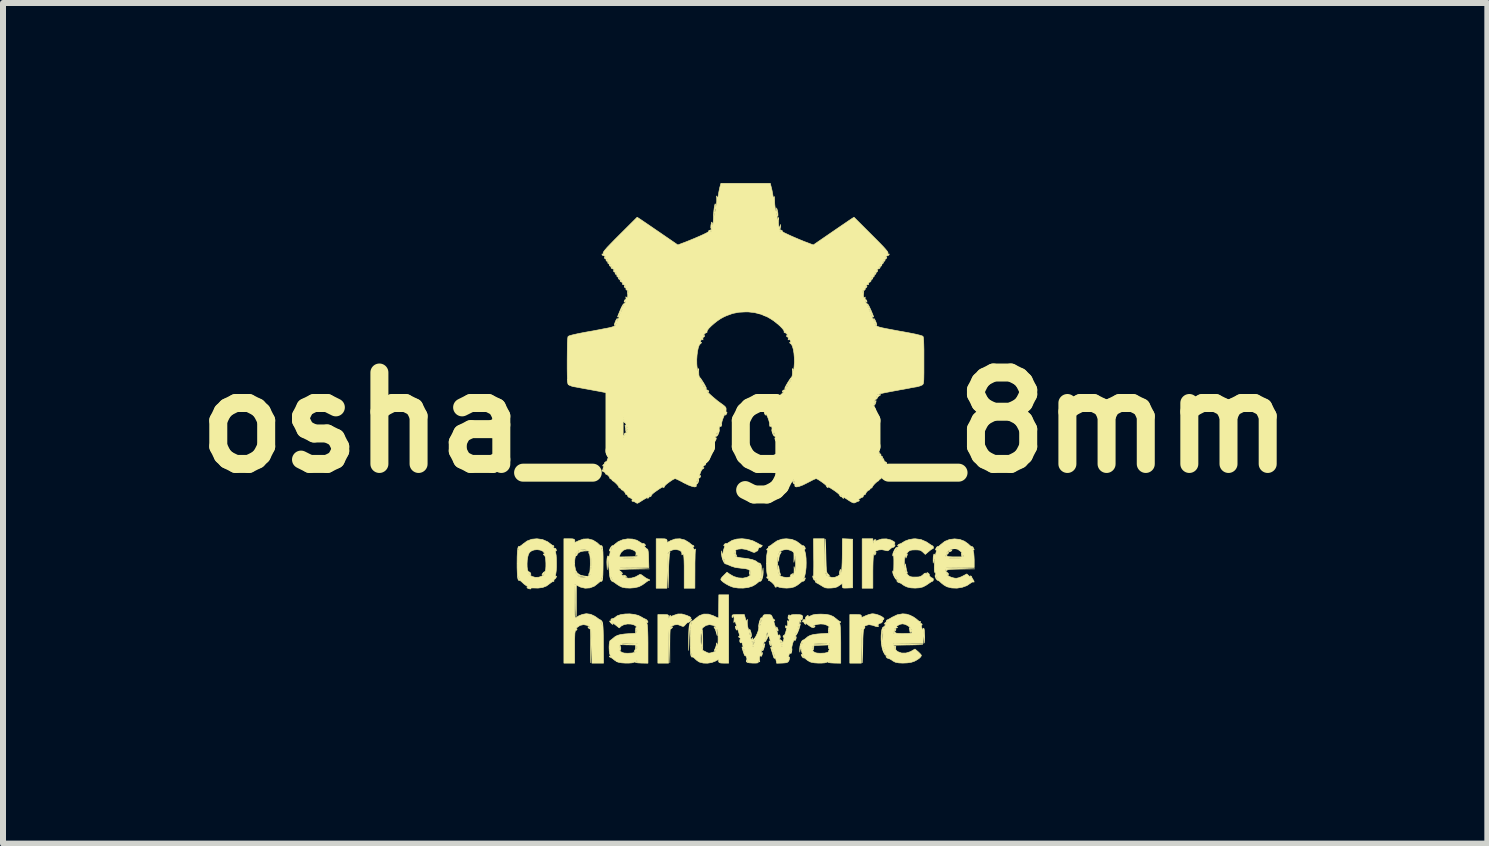
<source format=kicad_pcb>
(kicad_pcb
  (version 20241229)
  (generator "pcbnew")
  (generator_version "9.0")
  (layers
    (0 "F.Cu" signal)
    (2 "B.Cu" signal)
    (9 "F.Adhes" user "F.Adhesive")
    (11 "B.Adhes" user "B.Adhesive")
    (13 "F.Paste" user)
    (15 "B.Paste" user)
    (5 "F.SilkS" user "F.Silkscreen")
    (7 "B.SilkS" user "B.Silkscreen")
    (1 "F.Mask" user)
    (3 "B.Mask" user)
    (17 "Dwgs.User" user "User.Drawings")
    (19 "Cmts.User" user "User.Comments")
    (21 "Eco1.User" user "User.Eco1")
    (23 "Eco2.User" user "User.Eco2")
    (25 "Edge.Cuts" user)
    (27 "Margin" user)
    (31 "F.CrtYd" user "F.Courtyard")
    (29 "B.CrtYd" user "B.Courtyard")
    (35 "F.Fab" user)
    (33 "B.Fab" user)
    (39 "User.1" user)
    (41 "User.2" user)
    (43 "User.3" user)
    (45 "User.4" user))
  (footprint "osha_logo_8mm"
    (layer "F.Cu")
    (at 9.369 3.993)
    (property "Reference" "osha_logo_8mm" (at 0 0 0) (layer "F.SilkS") (effects (font (size 1.524 1.524) (thickness 0.3))))
    (attr through_hole)
    (fp_poly (pts (xy 2.13 1.981) (xy 2.132 2.009) (xy 2.134 2.01) (xy 2.138 1.987) (xy 2.149 1.958) (xy 2.165 1.95) (xy 2.179 1.954) (xy 2.17 1.969) (xy 2.168 1.977) (xy 2.189 1.97) (xy 2.206 1.962) (xy 2.276 1.94) (xy 2.354 1.938) (xy 2.428 1.956) (xy 2.444 1.964) (xy 2.482 1.985) (xy 2.496 2.002) (xy 2.491 2.019) (xy 2.482 2.031) (xy 2.471 2.044) (xy 2.481 2.04) (xy 2.482 2.04) (xy 2.496 2.037) (xy 2.497 2.05) (xy 2.483 2.069) (xy 2.478 2.073) (xy 2.462 2.082) (xy 2.458 2.079) (xy 2.449 2.081) (xy 2.428 2.097) (xy 2.418 2.106) (xy 2.39 2.13) (xy 2.368 2.137) (xy 2.338 2.13) (xy 2.331 2.128) (xy 2.279 2.118) (xy 2.227 2.122) (xy 2.184 2.138) (xy 2.167 2.152) (xy 2.157 2.167) (xy 2.166 2.164) (xy 2.181 2.161) (xy 2.18 2.177) (xy 2.169 2.197) (xy 2.159 2.21) (xy 2.156 2.2) (xy 2.156 2.197) (xy 2.153 2.183) (xy 2.144 2.193) (xy 2.142 2.197) (xy 2.138 2.217) (xy 2.134 2.259) (xy 2.131 2.321) (xy 2.129 2.397) (xy 2.128 2.483) (xy 2.128 2.489) (xy 2.128 2.76) (xy 1.95 2.76) (xy 1.95 1.936) (xy 2.128 1.936) (xy 2.13 1.981)) (stroke (width 0.01) (type solid)) (fill yes) (layer "F.SilkS"))
    (fp_poly (pts (xy -0.978 3.212) (xy -0.965 3.217) (xy -0.925 3.235) (xy -0.906 3.248) (xy -0.905 3.259) (xy -0.917 3.274) (xy -0.932 3.292) (xy -0.93 3.292) (xy -0.916 3.282) (xy -0.898 3.273) (xy -0.892 3.278) (xy -0.901 3.296) (xy -0.92 3.316) (xy -0.94 3.329) (xy -0.95 3.329) (xy -0.963 3.334) (xy -0.985 3.354) (xy -0.993 3.364) (xy -1.017 3.39) (xy -1.035 3.398) (xy -1.058 3.391) (xy -1.07 3.385) (xy -1.124 3.366) (xy -1.176 3.371) (xy -1.209 3.385) (xy -1.238 3.402) (xy -1.249 3.412) (xy -1.24 3.413) (xy -1.225 3.409) (xy -1.209 3.405) (xy -1.214 3.415) (xy -1.22 3.423) (xy -1.238 3.439) (xy -1.248 3.44) (xy -1.25 3.452) (xy -1.252 3.487) (xy -1.254 3.541) (xy -1.255 3.611) (xy -1.256 3.693) (xy -1.256 3.719) (xy -1.255 4.002) (xy -1.263 3.728) (xy -1.271 3.453) (xy -1.274 3.731) (xy -1.277 4.009) (xy -1.455 4.009) (xy -1.455 3.199) (xy -1.366 3.199) (xy -1.318 3.2) (xy -1.291 3.203) (xy -1.279 3.212) (xy -1.275 3.229) (xy -1.275 3.237) (xy -1.273 3.26) (xy -1.27 3.258) (xy -1.267 3.244) (xy -1.257 3.22) (xy -1.248 3.213) (xy -1.24 3.221) (xy -1.242 3.226) (xy -1.236 3.229) (xy -1.212 3.221) (xy -1.192 3.213) (xy -1.122 3.19) (xy -1.053 3.19) (xy -0.978 3.212)) (stroke (width 0.01) (type solid)) (fill yes) (layer "F.SilkS"))
    (fp_poly (pts (xy 2.169 3.192) (xy 2.215 3.205) (xy 2.26 3.224) (xy 2.295 3.245) (xy 2.313 3.263) (xy 2.314 3.268) (xy 2.305 3.286) (xy 2.297 3.288) (xy 2.274 3.297) (xy 2.27 3.301) (xy 2.268 3.307) (xy 2.276 3.303) (xy 2.291 3.301) (xy 2.293 3.306) (xy 2.284 3.324) (xy 2.267 3.34) (xy 2.251 3.344) (xy 2.249 3.343) (xy 2.236 3.347) (xy 2.216 3.366) (xy 2.203 3.384) (xy 2.206 3.386) (xy 2.207 3.386) (xy 2.222 3.385) (xy 2.224 3.392) (xy 2.213 3.402) (xy 2.179 3.397) (xy 2.124 3.378) (xy 2.12 3.377) (xy 2.062 3.367) (xy 2.008 3.383) (xy 1.982 3.401) (xy 1.967 3.416) (xy 1.969 3.415) (xy 1.991 3.404) (xy 1.997 3.412) (xy 1.986 3.43) (xy 1.978 3.442) (xy 1.972 3.462) (xy 1.968 3.492) (xy 1.965 3.538) (xy 1.962 3.601) (xy 1.961 3.687) (xy 1.96 3.729) (xy 1.957 4.002) (xy 1.95 3.734) (xy 1.942 3.467) (xy 1.936 4.009) (xy 1.744 4.009) (xy 1.744 3.453) (xy 1.936 3.453) (xy 1.943 3.46) (xy 1.95 3.453) (xy 1.943 3.446) (xy 1.936 3.453) (xy 1.744 3.453) (xy 1.744 3.199) (xy 1.84 3.199) (xy 1.89 3.2) (xy 1.919 3.203) (xy 1.933 3.211) (xy 1.936 3.224) (xy 1.936 3.226) (xy 1.937 3.24) (xy 1.946 3.244) (xy 1.967 3.238) (xy 2.007 3.219) (xy 2.008 3.219) (xy 2.057 3.2) (xy 2.105 3.188) (xy 2.128 3.186) (xy 2.169 3.192)) (stroke (width 0.01) (type solid)) (fill yes) (layer "F.SilkS"))
    (fp_poly (pts (xy -1.342 1.937) (xy -1.314 1.944) (xy -1.302 1.96) (xy -1.302 1.987) (xy -1.302 1.993) (xy -1.293 1.993) (xy -1.266 1.981) (xy -1.246 1.969) (xy -1.169 1.94) (xy -1.087 1.936) (xy -1.007 1.956) (xy -0.934 2) (xy -0.918 2.014) (xy -0.891 2.036) (xy -0.872 2.046) (xy -0.87 2.046) (xy -0.856 2.054) (xy -0.853 2.06) (xy -0.856 2.07) (xy -0.863 2.067) (xy -0.872 2.067) (xy -0.866 2.087) (xy -0.863 2.093) (xy -0.849 2.116) (xy -0.837 2.115) (xy -0.834 2.111) (xy -0.827 2.107) (xy -0.829 2.128) (xy -0.829 2.128) (xy -0.832 2.152) (xy -0.834 2.198) (xy -0.835 2.263) (xy -0.837 2.341) (xy -0.837 2.429) (xy -0.837 2.461) (xy -0.838 2.76) (xy -1.016 2.76) (xy -1.016 2.493) (xy -1.016 2.387) (xy -1.018 2.306) (xy -1.021 2.248) (xy -1.025 2.211) (xy -1.031 2.193) (xy -1.038 2.191) (xy -1.046 2.199) (xy -1.054 2.205) (xy -1.055 2.186) (xy -1.054 2.184) (xy -1.063 2.151) (xy -1.094 2.128) (xy -1.145 2.116) (xy -1.169 2.115) (xy -1.209 2.122) (xy -1.249 2.139) (xy -1.279 2.163) (xy -1.291 2.187) (xy -1.284 2.189) (xy -1.269 2.175) (xy -1.253 2.157) (xy -1.252 2.16) (xy -1.259 2.176) (xy -1.262 2.198) (xy -1.266 2.242) (xy -1.27 2.305) (xy -1.274 2.381) (xy -1.276 2.466) (xy -1.277 2.478) (xy -1.283 2.753) (xy -1.298 2.204) (xy -1.301 2.482) (xy -1.304 2.76) (xy -1.483 2.76) (xy -1.483 1.936) (xy -1.394 1.936) (xy -1.342 1.937)) (stroke (width 0.01) (type solid)) (fill yes) (layer "F.SilkS"))
    (fp_poly (pts (xy 1.706 1.939) (xy 1.792 1.943) (xy 1.792 2.753) (xy 1.706 2.757) (xy 1.659 2.758) (xy 1.633 2.756) (xy 1.622 2.748) (xy 1.619 2.731) (xy 1.618 2.729) (xy 1.618 2.7) (xy 1.619 2.687) (xy 1.61 2.687) (xy 1.587 2.702) (xy 1.57 2.714) (xy 1.535 2.737) (xy 1.496 2.75) (xy 1.444 2.756) (xy 1.429 2.757) (xy 1.377 2.758) (xy 1.341 2.754) (xy 1.308 2.74) (xy 1.27 2.717) (xy 1.231 2.693) (xy 1.201 2.676) (xy 1.189 2.671) (xy 1.174 2.659) (xy 1.17 2.651) (xy 1.171 2.639) (xy 1.181 2.643) (xy 1.192 2.646) (xy 1.189 2.638) (xy 1.173 2.628) (xy 1.167 2.629) (xy 1.152 2.625) (xy 1.14 2.61) (xy 1.137 2.602) (xy 1.153 2.602) (xy 1.16 2.609) (xy 1.167 2.602) (xy 1.16 2.595) (xy 1.153 2.602) (xy 1.137 2.602) (xy 1.13 2.585) (xy 1.126 2.564) (xy 1.128 2.555) (xy 1.136 2.563) (xy 1.139 2.554) (xy 1.141 2.522) (xy 1.142 2.491) (xy 1.335 2.491) (xy 1.337 2.505) (xy 1.347 2.529) (xy 1.36 2.549) (xy 1.366 2.554) (xy 1.366 2.543) (xy 1.357 2.519) (xy 1.344 2.496) (xy 1.335 2.491) (xy 1.142 2.491) (xy 1.142 2.469) (xy 1.142 2.464) (xy 1.318 2.464) (xy 1.325 2.471) (xy 1.332 2.464) (xy 1.325 2.458) (xy 1.318 2.464) (xy 1.142 2.464) (xy 1.143 2.4) (xy 1.143 2.317) (xy 1.142 2.257) (xy 1.138 1.936) (xy 1.318 1.936) (xy 1.321 2.193) (xy 1.324 2.451) (xy 1.339 1.943) (xy 1.346 2.222) (xy 1.348 2.316) (xy 1.35 2.387) (xy 1.353 2.438) (xy 1.357 2.473) (xy 1.362 2.496) (xy 1.368 2.511) (xy 1.378 2.521) (xy 1.385 2.528) (xy 1.403 2.546) (xy 1.4 2.554) (xy 1.399 2.554) (xy 1.388 2.557) (xy 1.4 2.567) (xy 1.444 2.581) (xy 1.496 2.578) (xy 1.545 2.558) (xy 1.561 2.546) (xy 1.581 2.526) (xy 1.585 2.518) (xy 1.582 2.519) (xy 1.571 2.52) (xy 1.571 2.5) (xy 1.573 2.49) (xy 1.583 2.455) (xy 1.59 2.447) (xy 1.594 2.465) (xy 1.594 2.472) (xy 1.595 2.506) (xy 1.606 2.471) (xy 1.61 2.447) (xy 1.613 2.4) (xy 1.616 2.336) (xy 1.618 2.26) (xy 1.619 2.186) (xy 1.62 1.935) (xy 1.706 1.939)) (stroke (width 0.01) (type solid)) (fill yes) (layer "F.SilkS"))
    (fp_poly (pts (xy -3.377 1.949) (xy -3.292 1.986) (xy -3.243 2.023) (xy -3.218 2.042) (xy -3.202 2.048) (xy -3.202 2.048) (xy -3.19 2.054) (xy -3.187 2.06) (xy -3.19 2.07) (xy -3.201 2.066) (xy -3.213 2.06) (xy -3.206 2.071) (xy -3.201 2.077) (xy -3.182 2.093) (xy -3.171 2.094) (xy -3.158 2.098) (xy -3.152 2.109) (xy -3.145 2.134) (xy -3.15 2.139) (xy -3.157 2.136) (xy -3.163 2.141) (xy -3.158 2.168) (xy -3.157 2.172) (xy -3.15 2.212) (xy -3.146 2.271) (xy -3.145 2.34) (xy -3.145 2.409) (xy -3.149 2.471) (xy -3.155 2.516) (xy -3.157 2.523) (xy -3.163 2.553) (xy -3.158 2.561) (xy -3.157 2.56) (xy -3.145 2.56) (xy -3.144 2.563) (xy -3.153 2.587) (xy -3.17 2.607) (xy -3.18 2.611) (xy -3.188 2.621) (xy -3.187 2.634) (xy -3.188 2.648) (xy -3.193 2.647) (xy -3.208 2.649) (xy -3.235 2.666) (xy -3.25 2.678) (xy -3.311 2.723) (xy -3.375 2.748) (xy -3.451 2.758) (xy -3.497 2.757) (xy -3.542 2.756) (xy -3.572 2.758) (xy -3.58 2.762) (xy -3.579 2.763) (xy -3.572 2.771) (xy -3.583 2.773) (xy -3.613 2.766) (xy -3.625 2.76) (xy -3.638 2.749) (xy -3.628 2.746) (xy -3.625 2.746) (xy -3.621 2.74) (xy -3.638 2.725) (xy -3.645 2.72) (xy -3.685 2.691) (xy -3.719 2.659) (xy -3.744 2.637) (xy -3.762 2.629) (xy -3.763 2.63) (xy -3.776 2.63) (xy -3.786 2.61) (xy -3.788 2.602) (xy -3.776 2.602) (xy -3.769 2.609) (xy -3.762 2.602) (xy -3.769 2.595) (xy -3.776 2.602) (xy -3.788 2.602) (xy -3.793 2.574) (xy -3.789 2.574) (xy -3.783 2.581) (xy -3.776 2.574) (xy -3.783 2.567) (xy -3.789 2.574) (xy -3.793 2.574) (xy -3.794 2.569) (xy -3.798 2.505) (xy -3.801 2.417) (xy -3.801 2.351) (xy -3.635 2.351) (xy -3.634 2.405) (xy -3.628 2.45) (xy -3.618 2.479) (xy -3.606 2.487) (xy -3.589 2.493) (xy -3.582 2.501) (xy -3.57 2.526) (xy -3.576 2.534) (xy -3.594 2.525) (xy -3.61 2.513) (xy -3.607 2.519) (xy -3.598 2.531) (xy -3.556 2.563) (xy -3.501 2.579) (xy -3.44 2.577) (xy -3.391 2.56) (xy -3.362 2.543) (xy -3.35 2.533) (xy -3.358 2.531) (xy -3.372 2.536) (xy -3.386 2.539) (xy -3.383 2.527) (xy -3.376 2.515) (xy -3.368 2.506) (xy -3.35 2.506) (xy -3.343 2.513) (xy -3.336 2.506) (xy -3.343 2.499) (xy -3.35 2.506) (xy -3.368 2.506) (xy -3.355 2.492) (xy -3.34 2.485) (xy -3.331 2.473) (xy -3.324 2.44) (xy -3.321 2.394) (xy -3.321 2.342) (xy -3.324 2.292) (xy -3.329 2.249) (xy -3.338 2.222) (xy -3.343 2.215) (xy -3.361 2.202) (xy -3.364 2.194) (xy -3.355 2.188) (xy -3.35 2.19) (xy -3.342 2.188) (xy -3.345 2.176) (xy -3.37 2.145) (xy -3.414 2.125) (xy -3.467 2.117) (xy -3.521 2.123) (xy -3.565 2.141) (xy -3.594 2.164) (xy -3.612 2.197) (xy -3.623 2.238) (xy -3.632 2.293) (xy -3.635 2.351) (xy -3.801 2.351) (xy -3.801 2.348) (xy -3.8 2.237) (xy -3.796 2.153) (xy -3.791 2.115) (xy -3.789 2.115) (xy -3.785 2.128) (xy -3.775 2.117) (xy -3.77 2.107) (xy -3.769 2.093) (xy -3.776 2.094) (xy -3.789 2.111) (xy -3.789 2.115) (xy -3.791 2.115) (xy -3.789 2.096) (xy -3.78 2.067) (xy -3.768 2.063) (xy -3.766 2.065) (xy -3.752 2.061) (xy -3.726 2.043) (xy -3.705 2.025) (xy -3.634 1.973) (xy -3.557 1.944) (xy -3.471 1.936) (xy -3.377 1.949)) (stroke (width 0.01) (type solid)) (fill yes) (layer "F.SilkS"))
    (fp_poly (pts (xy -0.275 4.009) (xy -0.357 4.009) (xy -0.406 4.007) (xy -0.433 3.999) (xy -0.443 3.982) (xy -0.441 3.952) (xy -0.451 3.952) (xy -0.477 3.964) (xy -0.498 3.976) (xy -0.558 3.999) (xy -0.628 4.01) (xy -0.697 4.008) (xy -0.757 3.993) (xy -0.776 3.984) (xy -0.813 3.957) (xy -0.843 3.929) (xy -0.865 3.91) (xy -0.88 3.907) (xy -0.893 3.907) (xy -0.903 3.888) (xy -0.907 3.865) (xy -0.903 3.865) (xy -0.9 3.871) (xy -0.887 3.885) (xy -0.884 3.875) (xy -0.888 3.864) (xy -0.898 3.849) (xy -0.902 3.85) (xy -0.903 3.865) (xy -0.907 3.865) (xy -0.91 3.848) (xy -0.914 3.785) (xy -0.915 3.755) (xy -0.728 3.755) (xy -0.721 3.762) (xy -0.714 3.755) (xy -0.721 3.748) (xy -0.728 3.755) (xy -0.915 3.755) (xy -0.916 3.698) (xy -0.915 3.622) (xy -0.915 3.607) (xy -0.74 3.607) (xy -0.739 3.658) (xy -0.734 3.7) (xy -0.728 3.728) (xy -0.723 3.734) (xy -0.722 3.722) (xy -0.721 3.687) (xy -0.721 3.637) (xy -0.721 3.598) (xy -0.722 3.543) (xy -0.724 3.504) (xy -0.727 3.484) (xy -0.73 3.484) (xy -0.736 3.514) (xy -0.74 3.557) (xy -0.74 3.607) (xy -0.915 3.607) (xy -0.915 3.544) (xy -0.915 3.478) (xy -0.916 3.444) (xy -0.723 3.444) (xy -0.721 3.443) (xy -0.715 3.452) (xy -0.71 3.488) (xy -0.708 3.549) (xy -0.707 3.616) (xy -0.707 3.796) (xy -0.659 3.82) (xy -0.627 3.836) (xy -0.606 3.842) (xy -0.583 3.84) (xy -0.547 3.83) (xy -0.546 3.83) (xy -0.511 3.818) (xy -0.489 3.805) (xy -0.487 3.803) (xy -0.49 3.796) (xy -0.5 3.798) (xy -0.513 3.801) (xy -0.513 3.79) (xy -0.502 3.769) (xy -0.481 3.769) (xy -0.474 3.776) (xy -0.467 3.769) (xy -0.474 3.762) (xy -0.481 3.769) (xy -0.502 3.769) (xy -0.501 3.767) (xy -0.486 3.727) (xy -0.479 3.693) (xy -0.477 3.672) (xy -0.474 3.675) (xy -0.467 3.7) (xy -0.46 3.723) (xy -0.457 3.724) (xy -0.454 3.701) (xy -0.453 3.68) (xy -0.451 3.617) (xy -0.452 3.554) (xy -0.456 3.499) (xy -0.463 3.459) (xy -0.467 3.446) (xy -0.473 3.445) (xy -0.474 3.467) (xy -0.473 3.487) (xy -0.467 3.549) (xy -0.481 3.495) (xy -0.494 3.455) (xy -0.509 3.425) (xy -0.512 3.421) (xy -0.521 3.406) (xy -0.509 3.407) (xy -0.504 3.409) (xy -0.485 3.413) (xy -0.486 3.407) (xy -0.501 3.395) (xy -0.527 3.381) (xy -0.535 3.378) (xy -0.594 3.367) (xy -0.652 3.38) (xy -0.701 3.414) (xy -0.701 3.414) (xy -0.719 3.436) (xy -0.723 3.444) (xy -0.916 3.444) (xy -0.916 3.427) (xy -0.918 3.395) (xy -0.92 3.387) (xy -0.923 3.402) (xy -0.926 3.44) (xy -0.93 3.495) (xy -0.934 3.563) (xy -0.935 3.595) (xy -0.943 3.796) (xy -0.942 3.59) (xy -0.94 3.5) (xy -0.937 3.434) (xy -0.932 3.387) (xy -0.925 3.356) (xy -0.923 3.351) (xy -0.906 3.351) (xy -0.902 3.363) (xy -0.892 3.352) (xy -0.887 3.342) (xy -0.886 3.328) (xy -0.893 3.33) (xy -0.906 3.347) (xy -0.906 3.351) (xy -0.923 3.351) (xy -0.92 3.345) (xy -0.903 3.319) (xy -0.891 3.31) (xy -0.89 3.31) (xy -0.875 3.305) (xy -0.849 3.285) (xy -0.835 3.272) (xy -0.764 3.218) (xy -0.69 3.191) (xy -0.612 3.192) (xy -0.53 3.219) (xy -0.517 3.226) (xy -0.477 3.245) (xy -0.45 3.256) (xy -0.441 3.256) (xy -0.442 3.24) (xy -0.442 3.201) (xy -0.442 3.146) (xy -0.441 3.079) (xy -0.441 3.058) (xy -0.439 2.87) (xy -0.275 2.87) (xy -0.275 4.009)) (stroke (width 0.01) (type solid)) (fill yes) (layer "F.SilkS"))
    (fp_poly (pts (xy 0.039 1.945) (xy 0.128 1.97) (xy 0.204 2.008) (xy 0.237 2.027) (xy 0.26 2.039) (xy 0.264 2.041) (xy 0.283 2.044) (xy 0.283 2.054) (xy 0.275 2.066) (xy 0.256 2.08) (xy 0.247 2.08) (xy 0.231 2.083) (xy 0.218 2.103) (xy 0.213 2.125) (xy 0.208 2.138) (xy 0.205 2.138) (xy 0.189 2.143) (xy 0.174 2.154) (xy 0.157 2.163) (xy 0.135 2.161) (xy 0.1 2.147) (xy 0.088 2.141) (xy 0.015 2.114) (xy -0.056 2.103) (xy -0.118 2.109) (xy -0.145 2.119) (xy -0.167 2.133) (xy -0.169 2.141) (xy -0.167 2.141) (xy -0.154 2.151) (xy -0.157 2.164) (xy -0.156 2.193) (xy -0.15 2.205) (xy -0.143 2.221) (xy -0.155 2.223) (xy -0.173 2.214) (xy -0.175 2.214) (xy -0.162 2.226) (xy -0.129 2.243) (xy -0.069 2.254) (xy -0.031 2.258) (xy 0.052 2.269) (xy 0.123 2.285) (xy 0.177 2.306) (xy 0.206 2.328) (xy 0.225 2.341) (xy 0.234 2.34) (xy 0.248 2.345) (xy 0.263 2.366) (xy 0.271 2.393) (xy 0.271 2.403) (xy 0.272 2.428) (xy 0.273 2.469) (xy 0.275 2.499) (xy 0.279 2.574) (xy 0.288 2.499) (xy 0.298 2.423) (xy 0.3 2.496) (xy 0.297 2.543) (xy 0.288 2.587) (xy 0.275 2.623) (xy 0.26 2.643) (xy 0.248 2.644) (xy 0.232 2.648) (xy 0.211 2.666) (xy 0.184 2.688) (xy 0.143 2.714) (xy 0.117 2.727) (xy 0.05 2.748) (xy -0.032 2.758) (xy -0.118 2.757) (xy -0.198 2.744) (xy -0.214 2.739) (xy -0.269 2.717) (xy -0.325 2.686) (xy -0.373 2.653) (xy -0.397 2.63) (xy -0.403 2.621) (xy 0.251 2.621) (xy 0.261 2.614) (xy 0.263 2.612) (xy 0.273 2.594) (xy 0.272 2.588) (xy 0.262 2.592) (xy 0.255 2.605) (xy 0.251 2.621) (xy -0.403 2.621) (xy -0.406 2.615) (xy -0.402 2.599) (xy -0.384 2.574) (xy -0.36 2.55) (xy -0.303 2.493) (xy -0.261 2.524) (xy -0.19 2.565) (xy -0.113 2.588) (xy -0.039 2.593) (xy 0.028 2.579) (xy 0.051 2.568) (xy 0.08 2.548) (xy 0.095 2.534) (xy 0.096 2.533) (xy 0.087 2.531) (xy 0.082 2.533) (xy 0.072 2.528) (xy 0.069 2.506) (xy 0.082 2.506) (xy 0.089 2.513) (xy 0.096 2.506) (xy 0.089 2.499) (xy 0.082 2.506) (xy 0.069 2.506) (xy 0.073 2.48) (xy 0.086 2.478) (xy 0.089 2.477) (xy 0.075 2.462) (xy 0.073 2.461) (xy 0.047 2.445) (xy 0.006 2.435) (xy -0.055 2.428) (xy -0.067 2.427) (xy -0.161 2.415) (xy -0.233 2.392) (xy -0.244 2.387) (xy -0.282 2.37) (xy -0.293 2.365) (xy 0.236 2.365) (xy 0.239 2.373) (xy 0.253 2.388) (xy 0.261 2.385) (xy 0.261 2.383) (xy 0.251 2.371) (xy 0.245 2.367) (xy 0.236 2.365) (xy -0.293 2.365) (xy -0.31 2.359) (xy -0.318 2.358) (xy -0.337 2.351) (xy -0.357 2.323) (xy -0.375 2.283) (xy -0.382 2.257) (xy -0.367 2.257) (xy -0.366 2.272) (xy -0.355 2.296) (xy -0.343 2.316) (xy -0.336 2.32) (xy -0.337 2.31) (xy -0.346 2.286) (xy -0.359 2.263) (xy -0.367 2.257) (xy -0.382 2.257) (xy -0.388 2.236) (xy -0.393 2.198) (xy -0.394 2.155) (xy -0.394 2.139) (xy -0.392 2.147) (xy -0.386 2.179) (xy -0.385 2.183) (xy -0.375 2.245) (xy -0.373 2.193) (xy -0.371 2.182) (xy -0.189 2.182) (xy -0.187 2.183) (xy -0.174 2.173) (xy -0.172 2.169) (xy -0.168 2.156) (xy -0.17 2.156) (xy -0.183 2.165) (xy -0.185 2.169) (xy -0.189 2.182) (xy -0.371 2.182) (xy -0.366 2.143) (xy -0.351 2.094) (xy -0.351 2.093) (xy -0.341 2.065) (xy -0.341 2.052) (xy -0.344 2.053) (xy -0.356 2.052) (xy -0.357 2.048) (xy -0.348 2.029) (xy -0.329 2.015) (xy -0.312 2.013) (xy -0.311 2.014) (xy -0.296 2.013) (xy -0.278 2) (xy -0.217 1.963) (xy -0.14 1.941) (xy -0.053 1.935) (xy 0.039 1.945)) (stroke (width 0.01) (type solid)) (fill yes) (layer "F.SilkS"))
    (fp_poly (pts (xy 0.777 1.946) (xy 0.854 1.977) (xy 0.913 2.02) (xy 0.941 2.043) (xy 0.958 2.053) (xy 0.961 2.052) (xy 0.97 2.051) (xy 0.982 2.059) (xy 0.996 2.078) (xy 1.002 2.098) (xy 0.998 2.11) (xy 0.989 2.108) (xy 0.985 2.113) (xy 0.992 2.137) (xy 0.996 2.148) (xy 1.008 2.195) (xy 1.015 2.261) (xy 1.017 2.338) (xy 1.015 2.417) (xy 1.007 2.489) (xy 0.995 2.547) (xy 0.988 2.567) (xy 0.975 2.6) (xy 0.975 2.61) (xy 0.982 2.603) (xy 0.997 2.586) (xy 1.002 2.592) (xy 1.002 2.597) (xy 0.992 2.624) (xy 0.982 2.636) (xy 0.965 2.646) (xy 0.961 2.643) (xy 0.952 2.645) (xy 0.929 2.662) (xy 0.913 2.676) (xy 0.871 2.708) (xy 0.826 2.734) (xy 0.815 2.739) (xy 0.761 2.753) (xy 0.693 2.758) (xy 0.624 2.754) (xy 0.565 2.743) (xy 0.552 2.737) (xy 0.522 2.727) (xy 0.514 2.731) (xy 0.516 2.734) (xy 0.516 2.745) (xy 0.509 2.744) (xy 0.496 2.733) (xy 0.497 2.729) (xy 0.491 2.713) (xy 0.471 2.689) (xy 0.444 2.662) (xy 0.416 2.641) (xy 0.397 2.631) (xy 0.394 2.632) (xy 0.386 2.63) (xy 0.388 2.618) (xy 0.389 2.6) (xy 0.382 2.599) (xy 0.365 2.591) (xy 0.36 2.583) (xy 0.361 2.571) (xy 0.368 2.573) (xy 0.375 2.569) (xy 0.371 2.543) (xy 0.367 2.53) (xy 0.363 2.506) (xy 0.549 2.506) (xy 0.556 2.513) (xy 0.563 2.506) (xy 0.556 2.499) (xy 0.549 2.506) (xy 0.363 2.506) (xy 0.361 2.493) (xy 0.356 2.438) (xy 0.353 2.375) (xy 0.353 2.348) (xy 0.539 2.348) (xy 0.54 2.407) (xy 0.542 2.442) (xy 0.545 2.45) (xy 0.548 2.437) (xy 0.557 2.382) (xy 0.565 2.437) (xy 0.572 2.479) (xy 0.582 2.514) (xy 0.584 2.518) (xy 0.589 2.536) (xy 0.578 2.534) (xy 0.577 2.533) (xy 0.565 2.529) (xy 0.569 2.539) (xy 0.596 2.561) (xy 0.64 2.575) (xy 0.69 2.581) (xy 0.738 2.576) (xy 0.748 2.572) (xy 0.762 2.562) (xy 0.757 2.555) (xy 0.755 2.542) (xy 0.771 2.528) (xy 0.792 2.517) (xy 0.795 2.524) (xy 0.791 2.535) (xy 0.786 2.553) (xy 0.793 2.548) (xy 0.801 2.536) (xy 0.814 2.503) (xy 0.816 2.451) (xy 0.816 2.447) (xy 0.814 2.411) (xy 0.815 2.401) (xy 0.819 2.415) (xy 0.822 2.43) (xy 0.832 2.478) (xy 0.838 2.413) (xy 0.841 2.356) (xy 0.839 2.295) (xy 0.838 2.283) (xy 0.832 2.217) (xy 0.822 2.272) (xy 0.812 2.327) (xy 0.813 2.259) (xy 0.813 2.215) (xy 0.812 2.182) (xy 0.812 2.173) (xy 0.798 2.153) (xy 0.766 2.134) (xy 0.725 2.12) (xy 0.686 2.114) (xy 0.643 2.121) (xy 0.603 2.135) (xy 0.575 2.152) (xy 0.563 2.163) (xy 0.572 2.164) (xy 0.586 2.16) (xy 0.601 2.155) (xy 0.599 2.164) (xy 0.586 2.184) (xy 0.569 2.221) (xy 0.561 2.264) (xy 0.561 2.265) (xy 0.559 2.313) (xy 0.549 2.259) (xy 0.545 2.242) (xy 0.542 2.252) (xy 0.54 2.287) (xy 0.539 2.348) (xy 0.353 2.348) (xy 0.354 2.284) (xy 0.358 2.224) (xy 0.363 2.19) (xy 0.549 2.19) (xy 0.556 2.197) (xy 0.563 2.19) (xy 0.556 2.183) (xy 0.549 2.19) (xy 0.363 2.19) (xy 0.365 2.179) (xy 0.367 2.166) (xy 0.375 2.132) (xy 0.371 2.122) (xy 0.368 2.123) (xy 0.358 2.122) (xy 0.36 2.113) (xy 0.374 2.096) (xy 0.381 2.094) (xy 0.404 2.085) (xy 0.407 2.081) (xy 0.408 2.08) (xy 0.961 2.08) (xy 0.968 2.087) (xy 0.975 2.08) (xy 0.968 2.073) (xy 0.961 2.08) (xy 0.408 2.08) (xy 0.409 2.075) (xy 0.4 2.08) (xy 0.386 2.083) (xy 0.386 2.074) (xy 0.398 2.06) (xy 0.403 2.059) (xy 0.418 2.052) (xy 0.446 2.032) (xy 0.461 2.019) (xy 0.534 1.969) (xy 0.614 1.942) (xy 0.686 1.936) (xy 0.777 1.946)) (stroke (width 0.01) (type solid)) (fill yes) (layer "F.SilkS"))
    (fp_poly (pts (xy -1.848 3.197) (xy -1.78 3.214) (xy -1.726 3.242) (xy -1.725 3.242) (xy -1.693 3.262) (xy -1.667 3.273) (xy -1.666 3.273) (xy -1.64 3.288) (xy -1.622 3.315) (xy -1.62 3.327) (xy -1.629 3.332) (xy -1.634 3.329) (xy -1.641 3.333) (xy -1.634 3.357) (xy -1.63 3.381) (xy -1.626 3.428) (xy -1.623 3.494) (xy -1.621 3.575) (xy -1.62 3.665) (xy -1.62 3.702) (xy -1.62 4.01) (xy -1.73 4.008) (xy -1.785 4.005) (xy -1.82 4) (xy -1.831 3.993) (xy -1.831 3.992) (xy -1.834 3.987) (xy -1.851 3.994) (xy -1.885 4.004) (xy -1.938 4.008) (xy -1.999 4.008) (xy -2.059 4.004) (xy -2.109 3.995) (xy -2.135 3.986) (xy -2.153 3.975) (xy -1.812 3.975) (xy -1.805 3.982) (xy -1.799 3.975) (xy -1.805 3.968) (xy -1.812 3.975) (xy -2.153 3.975) (xy -2.175 3.961) (xy -2.208 3.935) (xy -2.233 3.916) (xy -2.249 3.91) (xy -2.249 3.911) (xy -2.261 3.904) (xy -2.263 3.898) (xy -2.261 3.889) (xy -2.252 3.892) (xy -2.242 3.895) (xy -2.247 3.88) (xy -2.252 3.872) (xy -2.261 3.841) (xy -2.266 3.797) (xy -2.267 3.762) (xy -2.101 3.762) (xy -2.096 3.773) (xy -2.091 3.771) (xy -2.09 3.755) (xy -2.091 3.753) (xy -2.1 3.755) (xy -2.101 3.762) (xy -2.267 3.762) (xy -2.268 3.746) (xy -2.267 3.727) (xy -2.095 3.727) (xy -2.091 3.73) (xy -2.09 3.729) (xy -2.078 3.73) (xy -2.073 3.755) (xy -2.073 3.762) (xy -2.077 3.792) (xy -2.089 3.797) (xy -2.09 3.796) (xy -2.094 3.798) (xy -2.079 3.813) (xy -2.075 3.816) (xy -2.05 3.832) (xy -2.017 3.841) (xy -1.968 3.844) (xy -1.951 3.844) (xy -1.882 3.84) (xy -1.839 3.828) (xy -1.832 3.824) (xy -1.814 3.809) (xy -1.817 3.807) (xy -1.833 3.812) (xy -1.851 3.816) (xy -1.847 3.807) (xy -1.843 3.802) (xy -1.83 3.775) (xy -1.826 3.748) (xy -1.809 3.748) (xy -1.808 3.773) (xy -1.804 3.776) (xy -1.803 3.772) (xy -1.801 3.737) (xy -1.803 3.724) (xy -1.807 3.72) (xy -1.809 3.739) (xy -1.809 3.748) (xy -1.826 3.748) (xy -1.826 3.745) (xy -1.826 3.707) (xy -1.946 3.704) (xy -2.066 3.702) (xy -1.943 3.693) (xy -1.843 3.686) (xy -1.812 3.686) (xy -1.805 3.693) (xy -1.799 3.686) (xy -1.805 3.68) (xy -1.812 3.686) (xy -1.843 3.686) (xy -1.819 3.685) (xy -1.937 3.682) (xy -1.996 3.682) (xy -2.034 3.684) (xy -2.058 3.69) (xy -2.074 3.702) (xy -2.081 3.709) (xy -2.095 3.727) (xy -2.267 3.727) (xy -2.266 3.697) (xy -2.26 3.657) (xy -2.252 3.633) (xy -2.247 3.629) (xy -2.23 3.619) (xy -2.204 3.597) (xy -2.199 3.593) (xy -2.165 3.565) (xy -2.126 3.546) (xy -2.076 3.532) (xy -2.008 3.523) (xy -1.954 3.519) (xy -1.826 3.511) (xy -1.826 3.474) (xy -1.809 3.474) (xy -1.808 3.499) (xy -1.804 3.502) (xy -1.803 3.498) (xy -1.801 3.463) (xy -1.803 3.45) (xy -1.807 3.445) (xy -1.809 3.464) (xy -1.809 3.474) (xy -1.826 3.474) (xy -1.826 3.457) (xy -1.824 3.422) (xy -1.815 3.411) (xy -1.809 3.414) (xy -1.801 3.416) (xy -1.81 3.401) (xy -1.848 3.373) (xy -1.902 3.358) (xy -1.962 3.356) (xy -2.019 3.367) (xy -2.065 3.39) (xy -2.069 3.394) (xy -2.099 3.422) (xy -2.165 3.369) (xy -2.196 3.345) (xy -2.213 3.335) (xy -2.212 3.34) (xy -2.202 3.358) (xy -2.206 3.364) (xy -2.22 3.356) (xy -2.24 3.338) (xy -2.255 3.319) (xy -2.259 3.308) (xy -2.258 3.307) (xy -2.24 3.304) (xy -2.239 3.304) (xy -2.236 3.302) (xy -1.661 3.302) (xy -1.654 3.309) (xy -1.648 3.302) (xy -1.654 3.295) (xy -1.661 3.302) (xy -2.236 3.302) (xy -2.219 3.293) (xy -2.215 3.29) (xy -2.213 3.283) (xy -2.221 3.287) (xy -2.236 3.288) (xy -2.238 3.282) (xy -2.227 3.27) (xy -2.212 3.268) (xy -2.182 3.258) (xy -2.17 3.248) (xy -2.131 3.219) (xy -2.072 3.2) (xy -2.001 3.19) (xy -1.924 3.188) (xy -1.848 3.197)) (stroke (width 0.01) (type solid)) (fill yes) (layer "F.SilkS"))
    (fp_poly (pts (xy 2.93 1.949) (xy 3.02 1.988) (xy 3.062 2.016) (xy 3.094 2.038) (xy 3.117 2.051) (xy 3.122 2.053) (xy 3.134 2.064) (xy 3.138 2.077) (xy 3.135 2.097) (xy 3.128 2.101) (xy 3.11 2.109) (xy 3.081 2.13) (xy 3.058 2.149) (xy 3.002 2.197) (xy 2.962 2.159) (xy 2.936 2.138) (xy 2.91 2.126) (xy 2.872 2.122) (xy 2.835 2.121) (xy 2.784 2.123) (xy 2.752 2.129) (xy 2.728 2.142) (xy 2.709 2.161) (xy 2.689 2.183) (xy 2.684 2.192) (xy 2.688 2.191) (xy 2.702 2.188) (xy 2.701 2.206) (xy 2.691 2.231) (xy 2.679 2.259) (xy 2.677 2.231) (xy 2.675 2.204) (xy 2.664 2.231) (xy 2.658 2.258) (xy 2.654 2.303) (xy 2.653 2.355) (xy 2.654 2.401) (xy 2.656 2.421) (xy 2.659 2.417) (xy 2.662 2.403) (xy 2.671 2.355) (xy 2.68 2.41) (xy 2.688 2.452) (xy 2.697 2.486) (xy 2.699 2.491) (xy 2.703 2.509) (xy 2.692 2.507) (xy 2.69 2.506) (xy 2.686 2.508) (xy 2.699 2.524) (xy 2.709 2.535) (xy 2.733 2.557) (xy 2.757 2.569) (xy 2.792 2.574) (xy 2.835 2.574) (xy 2.886 2.573) (xy 2.919 2.566) (xy 2.944 2.552) (xy 2.962 2.537) (xy 2.988 2.513) (xy 3.005 2.508) (xy 3.021 2.517) (xy 3.027 2.523) (xy 3.045 2.539) (xy 3.045 2.536) (xy 3.035 2.523) (xy 3.027 2.504) (xy 3.035 2.5) (xy 3.053 2.51) (xy 3.062 2.519) (xy 3.071 2.536) (xy 3.068 2.54) (xy 3.068 2.548) (xy 3.082 2.567) (xy 3.105 2.586) (xy 3.121 2.591) (xy 3.133 2.6) (xy 3.137 2.616) (xy 3.131 2.638) (xy 3.124 2.643) (xy 3.105 2.651) (xy 3.075 2.67) (xy 3.061 2.68) (xy 3.017 2.71) (xy 2.97 2.735) (xy 2.962 2.739) (xy 2.904 2.753) (xy 2.833 2.758) (xy 2.761 2.754) (xy 2.7 2.74) (xy 2.66 2.722) (xy 2.627 2.702) (xy 2.623 2.698) (xy 2.596 2.679) (xy 2.579 2.672) (xy 2.547 2.661) (xy 2.528 2.641) (xy 2.526 2.634) (xy 2.535 2.629) (xy 2.55 2.638) (xy 2.567 2.65) (xy 2.563 2.643) (xy 2.556 2.633) (xy 2.536 2.617) (xy 2.525 2.616) (xy 2.513 2.61) (xy 2.497 2.588) (xy 2.513 2.588) (xy 2.519 2.595) (xy 2.526 2.588) (xy 2.519 2.581) (xy 2.513 2.588) (xy 2.497 2.588) (xy 2.496 2.586) (xy 2.482 2.561) (xy 2.499 2.561) (xy 2.506 2.567) (xy 2.513 2.561) (xy 2.506 2.554) (xy 2.499 2.561) (xy 2.482 2.561) (xy 2.478 2.553) (xy 2.47 2.533) (xy 2.485 2.533) (xy 2.492 2.54) (xy 2.499 2.533) (xy 2.492 2.526) (xy 2.485 2.533) (xy 2.47 2.533) (xy 2.464 2.518) (xy 2.459 2.491) (xy 2.459 2.489) (xy 2.46 2.472) (xy 2.466 2.482) (xy 2.469 2.488) (xy 2.472 2.485) (xy 2.474 2.471) (xy 2.664 2.471) (xy 2.669 2.483) (xy 2.673 2.481) (xy 2.674 2.464) (xy 2.673 2.462) (xy 2.665 2.464) (xy 2.664 2.471) (xy 2.474 2.471) (xy 2.475 2.458) (xy 2.477 2.413) (xy 2.478 2.353) (xy 2.478 2.348) (xy 2.478 2.287) (xy 2.476 2.24) (xy 2.473 2.212) (xy 2.469 2.207) (xy 2.469 2.208) (xy 2.461 2.223) (xy 2.459 2.213) (xy 2.459 2.207) (xy 2.463 2.18) (xy 2.47 2.162) (xy 2.485 2.162) (xy 2.492 2.169) (xy 2.499 2.162) (xy 2.492 2.156) (xy 2.485 2.162) (xy 2.47 2.162) (xy 2.477 2.146) (xy 2.482 2.135) (xy 2.499 2.135) (xy 2.506 2.142) (xy 2.513 2.135) (xy 2.506 2.128) (xy 2.499 2.135) (xy 2.482 2.135) (xy 2.494 2.112) (xy 2.497 2.108) (xy 2.513 2.108) (xy 2.519 2.114) (xy 2.526 2.108) (xy 2.519 2.101) (xy 2.513 2.108) (xy 2.497 2.108) (xy 2.512 2.087) (xy 2.525 2.079) (xy 2.525 2.079) (xy 2.542 2.076) (xy 2.556 2.064) (xy 2.567 2.048) (xy 2.561 2.049) (xy 2.555 2.052) (xy 2.542 2.055) (xy 2.542 2.045) (xy 2.56 2.028) (xy 2.573 2.024) (xy 2.604 2.012) (xy 2.62 2.001) (xy 2.667 1.973) (xy 2.731 1.95) (xy 2.8 1.938) (xy 2.834 1.936) (xy 2.93 1.949)) (stroke (width 0.01) (type solid)) (fill yes) (layer "F.SilkS"))
    (fp_poly (pts (xy -1.88 1.941) (xy -1.804 1.961) (xy -1.742 1.999) (xy -1.741 2) (xy -1.719 2.014) (xy -1.707 2.014) (xy -1.691 2.014) (xy -1.672 2.027) (xy -1.661 2.046) (xy -1.661 2.048) (xy -1.67 2.054) (xy -1.677 2.051) (xy -1.682 2.053) (xy -1.672 2.072) (xy -1.67 2.074) (xy -1.648 2.098) (xy -1.63 2.108) (xy -1.622 2.117) (xy -1.616 2.147) (xy -1.611 2.199) (xy -1.609 2.262) (xy -1.605 2.416) (xy -1.856 2.419) (xy -2.108 2.422) (xy -1.6 2.438) (xy -1.85 2.441) (xy -1.93 2.442) (xy -1.999 2.445) (xy -2.053 2.448) (xy -2.089 2.451) (xy -2.101 2.454) (xy -2.09 2.469) (xy -2.073 2.482) (xy -2.054 2.499) (xy -2.046 2.515) (xy -2.05 2.522) (xy -2.063 2.518) (xy -2.067 2.519) (xy -2.055 2.536) (xy -2.054 2.538) (xy -2.032 2.56) (xy -2.02 2.567) (xy -2.023 2.557) (xy -2.025 2.554) (xy -2.026 2.542) (xy -2.01 2.544) (xy -1.991 2.554) (xy -1.977 2.564) (xy -1.987 2.567) (xy -1.991 2.567) (xy -2.004 2.57) (xy -1.994 2.579) (xy -1.991 2.581) (xy -1.948 2.594) (xy -1.893 2.591) (xy -1.832 2.573) (xy -1.774 2.542) (xy -1.768 2.537) (xy -1.751 2.53) (xy -1.73 2.536) (xy -1.699 2.558) (xy -1.69 2.565) (xy -1.655 2.59) (xy -1.625 2.606) (xy -1.614 2.609) (xy -1.595 2.617) (xy -1.593 2.625) (xy -1.598 2.634) (xy -1.601 2.632) (xy -1.616 2.635) (xy -1.643 2.653) (xy -1.665 2.67) (xy -1.711 2.703) (xy -1.763 2.731) (xy -1.782 2.738) (xy -1.845 2.752) (xy -1.919 2.758) (xy -1.992 2.755) (xy -2.052 2.743) (xy -2.056 2.741) (xy -2.095 2.722) (xy -2.139 2.694) (xy -2.152 2.684) (xy -2.184 2.661) (xy -2.208 2.647) (xy -2.214 2.646) (xy -2.228 2.638) (xy -2.24 2.616) (xy -2.224 2.616) (xy -2.217 2.622) (xy -2.21 2.616) (xy -2.217 2.609) (xy -2.224 2.616) (xy -2.24 2.616) (xy -2.243 2.611) (xy -2.255 2.573) (xy -2.255 2.571) (xy -2.249 2.571) (xy -2.246 2.579) (xy -2.232 2.594) (xy -2.224 2.591) (xy -2.224 2.589) (xy -2.234 2.577) (xy -2.24 2.573) (xy -2.249 2.571) (xy -2.255 2.571) (xy -2.26 2.54) (xy -2.263 2.504) (xy -2.264 2.492) (xy -2.087 2.492) (xy -2.08 2.499) (xy -2.073 2.492) (xy -2.08 2.485) (xy -2.087 2.492) (xy -2.264 2.492) (xy -2.268 2.45) (xy -2.275 2.39) (xy -2.276 2.375) (xy -2.289 2.259) (xy -2.293 2.355) (xy -2.298 2.451) (xy -2.303 2.375) (xy -2.305 2.325) (xy -2.303 2.279) (xy -2.3 2.257) (xy -2.041 2.257) (xy -2.036 2.259) (xy -2.008 2.26) (xy -1.958 2.26) (xy -1.943 2.26) (xy -1.888 2.26) (xy -1.852 2.259) (xy -1.839 2.257) (xy -1.85 2.256) (xy -1.856 2.255) (xy -1.916 2.253) (xy -1.984 2.254) (xy -2.021 2.255) (xy -2.041 2.257) (xy -2.3 2.257) (xy -2.298 2.244) (xy -2.296 2.239) (xy -2.1 2.239) (xy -1.943 2.237) (xy -1.875 2.236) (xy -1.83 2.233) (xy -1.805 2.229) (xy -1.794 2.222) (xy -1.795 2.215) (xy -1.804 2.202) (xy -1.815 2.213) (xy -1.823 2.218) (xy -1.821 2.198) (xy -1.82 2.193) (xy -1.818 2.166) (xy -1.832 2.145) (xy -1.847 2.135) (xy -1.634 2.135) (xy -1.627 2.142) (xy -1.62 2.135) (xy -1.627 2.128) (xy -1.634 2.135) (xy -1.847 2.135) (xy -1.857 2.128) (xy -1.915 2.106) (xy -1.974 2.106) (xy -2.027 2.126) (xy -2.068 2.164) (xy -2.085 2.196) (xy -2.1 2.239) (xy -2.296 2.239) (xy -2.291 2.223) (xy -2.283 2.223) (xy -2.28 2.229) (xy -2.273 2.239) (xy -2.265 2.225) (xy -2.256 2.192) (xy -2.25 2.157) (xy -2.251 2.138) (xy -2.254 2.136) (xy -2.264 2.138) (xy -2.26 2.119) (xy -2.252 2.101) (xy -2.238 2.101) (xy -2.234 2.114) (xy -2.223 2.103) (xy -2.219 2.093) (xy -2.218 2.079) (xy -2.224 2.08) (xy -2.237 2.098) (xy -2.238 2.101) (xy -2.252 2.101) (xy -2.244 2.086) (xy -2.227 2.06) (xy -2.213 2.051) (xy -2.212 2.052) (xy -2.195 2.048) (xy -2.175 2.03) (xy -2.116 1.984) (xy -2.042 1.953) (xy -1.961 1.938) (xy -1.88 1.941)) (stroke (width 0.01) (type solid)) (fill yes) (layer "F.SilkS"))
    (fp_poly (pts (xy 3.576 1.947) (xy 3.655 1.977) (xy 3.724 2.027) (xy 3.733 2.037) (xy 3.758 2.059) (xy 3.775 2.066) (xy 3.777 2.066) (xy 3.791 2.07) (xy 3.802 2.086) (xy 3.816 2.116) (xy 3.812 2.125) (xy 3.803 2.121) (xy 3.796 2.124) (xy 3.803 2.149) (xy 3.81 2.179) (xy 3.814 2.228) (xy 3.817 2.286) (xy 3.817 2.301) (xy 3.817 2.416) (xy 3.573 2.419) (xy 3.329 2.422) (xy 3.824 2.438) (xy 3.594 2.441) (xy 3.504 2.443) (xy 3.439 2.445) (xy 3.396 2.449) (xy 3.371 2.454) (xy 3.364 2.461) (xy 3.364 2.461) (xy 3.359 2.468) (xy 3.35 2.458) (xy 3.339 2.444) (xy 3.337 2.454) (xy 3.337 2.458) (xy 3.347 2.481) (xy 3.364 2.496) (xy 3.385 2.515) (xy 3.391 2.527) (xy 3.383 2.535) (xy 3.375 2.532) (xy 3.366 2.53) (xy 3.37 2.539) (xy 3.394 2.56) (xy 3.435 2.578) (xy 3.482 2.591) (xy 3.516 2.595) (xy 3.553 2.588) (xy 3.6 2.571) (xy 3.626 2.558) (xy 3.694 2.522) (xy 3.73 2.555) (xy 3.75 2.572) (xy 3.757 2.572) (xy 3.755 2.569) (xy 3.753 2.555) (xy 3.761 2.556) (xy 3.774 2.565) (xy 3.774 2.568) (xy 3.778 2.582) (xy 3.793 2.608) (xy 3.793 2.608) (xy 3.812 2.639) (xy 3.816 2.657) (xy 3.805 2.658) (xy 3.802 2.656) (xy 3.783 2.658) (xy 3.757 2.675) (xy 3.695 2.717) (xy 3.617 2.745) (xy 3.53 2.759) (xy 3.444 2.756) (xy 3.366 2.737) (xy 3.357 2.733) (xy 3.311 2.706) (xy 3.268 2.672) (xy 3.262 2.666) (xy 3.235 2.641) (xy 3.215 2.63) (xy 3.211 2.63) (xy 3.199 2.624) (xy 3.183 2.602) (xy 3.199 2.602) (xy 3.206 2.609) (xy 3.213 2.602) (xy 3.206 2.595) (xy 3.199 2.602) (xy 3.183 2.602) (xy 3.181 2.6) (xy 3.177 2.593) (xy 3.165 2.56) (xy 3.165 2.558) (xy 3.174 2.558) (xy 3.177 2.565) (xy 3.191 2.58) (xy 3.199 2.577) (xy 3.199 2.575) (xy 3.189 2.564) (xy 3.183 2.559) (xy 3.174 2.558) (xy 3.165 2.558) (xy 3.167 2.544) (xy 3.168 2.543) (xy 3.177 2.528) (xy 3.175 2.511) (xy 3.172 2.506) (xy 3.35 2.506) (xy 3.357 2.513) (xy 3.364 2.506) (xy 3.357 2.499) (xy 3.35 2.506) (xy 3.172 2.506) (xy 3.166 2.494) (xy 3.159 2.497) (xy 3.156 2.49) (xy 3.153 2.461) (xy 3.152 2.415) (xy 3.153 2.371) (xy 3.154 2.311) (xy 3.152 2.277) (xy 3.15 2.269) (xy 3.145 2.286) (xy 3.134 2.341) (xy 3.133 2.293) (xy 3.134 2.257) (xy 3.396 2.257) (xy 3.401 2.259) (xy 3.429 2.26) (xy 3.479 2.26) (xy 3.494 2.26) (xy 3.549 2.26) (xy 3.585 2.259) (xy 3.598 2.257) (xy 3.587 2.256) (xy 3.581 2.255) (xy 3.521 2.253) (xy 3.453 2.254) (xy 3.416 2.255) (xy 3.396 2.257) (xy 3.134 2.257) (xy 3.134 2.249) (xy 3.137 2.228) (xy 3.337 2.228) (xy 3.342 2.234) (xy 3.35 2.224) (xy 3.361 2.213) (xy 3.364 2.221) (xy 3.373 2.23) (xy 3.401 2.235) (xy 3.452 2.238) (xy 3.489 2.238) (xy 3.614 2.238) (xy 3.608 2.216) (xy 3.626 2.216) (xy 3.628 2.234) (xy 3.633 2.234) (xy 3.636 2.216) (xy 3.634 2.208) (xy 3.628 2.203) (xy 3.626 2.216) (xy 3.608 2.216) (xy 3.605 2.202) (xy 3.602 2.178) (xy 3.611 2.175) (xy 3.614 2.176) (xy 3.616 2.174) (xy 3.601 2.157) (xy 3.587 2.143) (xy 3.541 2.11) (xy 3.497 2.101) (xy 3.468 2.104) (xy 3.441 2.111) (xy 3.423 2.119) (xy 3.419 2.126) (xy 3.432 2.128) (xy 3.446 2.13) (xy 3.436 2.14) (xy 3.432 2.142) (xy 3.407 2.154) (xy 3.395 2.152) (xy 3.398 2.142) (xy 3.404 2.129) (xy 3.394 2.133) (xy 3.375 2.153) (xy 3.369 2.159) (xy 3.354 2.178) (xy 3.357 2.178) (xy 3.367 2.171) (xy 3.387 2.161) (xy 3.391 2.167) (xy 3.38 2.185) (xy 3.364 2.197) (xy 3.342 2.215) (xy 3.337 2.228) (xy 3.137 2.228) (xy 3.14 2.211) (xy 3.14 2.211) (xy 3.147 2.19) (xy 3.154 2.193) (xy 3.157 2.202) (xy 3.164 2.21) (xy 3.173 2.194) (xy 3.18 2.17) (xy 3.187 2.138) (xy 3.186 2.123) (xy 3.183 2.122) (xy 3.172 2.123) (xy 3.177 2.103) (xy 3.182 2.094) (xy 3.199 2.094) (xy 3.206 2.101) (xy 3.213 2.094) (xy 3.776 2.094) (xy 3.783 2.101) (xy 3.789 2.094) (xy 3.783 2.087) (xy 3.776 2.094) (xy 3.213 2.094) (xy 3.206 2.087) (xy 3.199 2.094) (xy 3.182 2.094) (xy 3.186 2.086) (xy 3.201 2.067) (xy 3.211 2.065) (xy 3.227 2.061) (xy 3.252 2.04) (xy 3.262 2.03) (xy 3.328 1.979) (xy 3.406 1.948) (xy 3.49 1.938) (xy 3.576 1.947)) (stroke (width 0.01) (type solid)) (fill yes) (layer "F.SilkS"))
    (fp_poly (pts (xy 1.349 3.196) (xy 1.415 3.209) (xy 1.469 3.233) (xy 1.518 3.271) (xy 1.521 3.273) (xy 1.55 3.298) (xy 1.571 3.311) (xy 1.576 3.311) (xy 1.588 3.317) (xy 1.591 3.323) (xy 1.588 3.333) (xy 1.581 3.331) (xy 1.572 3.33) (xy 1.577 3.351) (xy 1.579 3.357) (xy 1.583 3.381) (xy 1.587 3.428) (xy 1.589 3.494) (xy 1.592 3.575) (xy 1.593 3.665) (xy 1.593 3.702) (xy 1.593 4.01) (xy 1.483 4.008) (xy 1.428 4.005) (xy 1.393 4) (xy 1.381 3.993) (xy 1.382 3.992) (xy 1.378 3.987) (xy 1.362 3.994) (xy 1.327 4.004) (xy 1.275 4.008) (xy 1.214 4.008) (xy 1.154 4.004) (xy 1.104 3.995) (xy 1.078 3.986) (xy 1.048 3.968) (xy 1.4 3.968) (xy 1.405 3.979) (xy 1.41 3.977) (xy 1.411 3.961) (xy 1.41 3.959) (xy 1.401 3.961) (xy 1.4 3.968) (xy 1.048 3.968) (xy 1.038 3.962) (xy 1.006 3.936) (xy 0.984 3.92) (xy 0.974 3.92) (xy 0.974 3.921) (xy 0.968 3.922) (xy 0.955 3.908) (xy 0.944 3.892) (xy 0.961 3.892) (xy 0.968 3.899) (xy 0.975 3.892) (xy 0.968 3.886) (xy 0.961 3.892) (xy 0.944 3.892) (xy 0.941 3.888) (xy 0.934 3.87) (xy 0.934 3.868) (xy 0.942 3.863) (xy 0.947 3.865) (xy 0.954 3.862) (xy 0.947 3.837) (xy 0.937 3.797) (xy 1.119 3.797) (xy 1.134 3.813) (xy 1.138 3.816) (xy 1.163 3.832) (xy 1.195 3.841) (xy 1.245 3.844) (xy 1.262 3.844) (xy 1.328 3.841) (xy 1.371 3.83) (xy 1.381 3.824) (xy 1.396 3.809) (xy 1.394 3.803) (xy 1.391 3.797) (xy 1.4 3.789) (xy 1.412 3.778) (xy 1.404 3.776) (xy 1.391 3.764) (xy 1.387 3.741) (xy 1.387 3.734) (xy 1.403 3.734) (xy 1.405 3.754) (xy 1.41 3.752) (xy 1.411 3.724) (xy 1.41 3.717) (xy 1.405 3.716) (xy 1.403 3.734) (xy 1.387 3.734) (xy 1.387 3.706) (xy 1.146 3.714) (xy 1.142 3.759) (xy 1.135 3.79) (xy 1.122 3.796) (xy 1.122 3.795) (xy 1.119 3.797) (xy 0.937 3.797) (xy 0.937 3.796) (xy 0.932 3.762) (xy 1.112 3.762) (xy 1.117 3.773) (xy 1.121 3.771) (xy 1.123 3.755) (xy 1.121 3.753) (xy 1.113 3.755) (xy 1.112 3.762) (xy 0.932 3.762) (xy 0.932 3.758) (xy 0.93 3.732) (xy 0.928 3.73) (xy 0.923 3.754) (xy 0.92 3.769) (xy 0.91 3.824) (xy 0.909 3.769) (xy 0.913 3.729) (xy 0.913 3.728) (xy 1.112 3.728) (xy 1.119 3.734) (xy 1.126 3.728) (xy 1.119 3.721) (xy 1.112 3.728) (xy 0.913 3.728) (xy 0.92 3.7) (xy 0.934 3.7) (xy 0.94 3.703) (xy 0.947 3.693) (xy 0.949 3.69) (xy 1.144 3.69) (xy 1.15 3.694) (xy 1.176 3.696) (xy 1.216 3.696) (xy 1.263 3.695) (xy 1.311 3.693) (xy 1.352 3.69) (xy 1.366 3.688) (xy 1.366 3.686) (xy 1.4 3.686) (xy 1.407 3.693) (xy 1.414 3.686) (xy 1.407 3.68) (xy 1.4 3.686) (xy 1.366 3.686) (xy 1.366 3.686) (xy 1.343 3.684) (xy 1.302 3.682) (xy 1.277 3.682) (xy 1.222 3.682) (xy 1.176 3.685) (xy 1.148 3.689) (xy 1.144 3.69) (xy 0.949 3.69) (xy 0.959 3.668) (xy 0.961 3.659) (xy 0.955 3.657) (xy 0.947 3.666) (xy 0.936 3.691) (xy 0.934 3.7) (xy 0.92 3.7) (xy 0.924 3.687) (xy 0.939 3.651) (xy 0.955 3.628) (xy 0.966 3.624) (xy 0.982 3.618) (xy 1.008 3.598) (xy 1.014 3.593) (xy 1.048 3.565) (xy 1.087 3.546) (xy 1.137 3.532) (xy 1.205 3.523) (xy 1.259 3.519) (xy 1.387 3.511) (xy 1.387 3.474) (xy 1.404 3.474) (xy 1.405 3.499) (xy 1.409 3.502) (xy 1.41 3.498) (xy 1.412 3.463) (xy 1.41 3.45) (xy 1.406 3.445) (xy 1.404 3.464) (xy 1.404 3.474) (xy 1.387 3.474) (xy 1.387 3.457) (xy 1.389 3.422) (xy 1.398 3.411) (xy 1.404 3.412) (xy 1.407 3.411) (xy 1.393 3.396) (xy 1.391 3.394) (xy 1.358 3.375) (xy 1.314 3.36) (xy 1.304 3.359) (xy 1.259 3.356) (xy 1.209 3.361) (xy 1.165 3.372) (xy 1.137 3.387) (xy 1.133 3.391) (xy 1.135 3.399) (xy 1.148 3.396) (xy 1.164 3.393) (xy 1.162 3.403) (xy 1.141 3.417) (xy 1.108 3.411) (xy 1.062 3.382) (xy 1.053 3.374) (xy 1.024 3.353) (xy 1.008 3.345) (xy 1.008 3.348) (xy 1.012 3.362) (xy 1.001 3.36) (xy 0.986 3.346) (xy 0.985 3.338) (xy 0.977 3.325) (xy 0.968 3.323) (xy 0.955 3.319) (xy 0.96 3.302) (xy 0.964 3.296) (xy 0.98 3.279) (xy 0.991 3.285) (xy 1 3.295) (xy 1.002 3.285) (xy 1.003 3.261) (xy 1.003 3.257) (xy 1.015 3.235) (xy 1.036 3.216) (xy 1.047 3.213) (xy 1.052 3.221) (xy 1.045 3.232) (xy 1.045 3.238) (xy 1.066 3.231) (xy 1.088 3.222) (xy 1.127 3.205) (xy 1.171 3.196) (xy 1.229 3.193) (xy 1.263 3.192) (xy 1.349 3.196)) (stroke (width 0.01) (type solid)) (fill yes) (layer "F.SilkS"))
    (fp_poly (pts (xy 2.688 3.192) (xy 2.746 3.21) (xy 2.807 3.241) (xy 2.859 3.278) (xy 2.875 3.293) (xy 2.898 3.311) (xy 2.915 3.313) (xy 2.923 3.315) (xy 2.92 3.327) (xy 2.92 3.345) (xy 2.927 3.346) (xy 2.944 3.354) (xy 2.949 3.362) (xy 2.948 3.374) (xy 2.941 3.373) (xy 2.934 3.377) (xy 2.94 3.405) (xy 2.942 3.413) (xy 2.953 3.443) (xy 2.961 3.448) (xy 2.966 3.438) (xy 2.975 3.426) (xy 2.982 3.438) (xy 2.987 3.47) (xy 2.99 3.518) (xy 2.99 3.577) (xy 2.988 3.673) (xy 2.971 3.467) (xy 2.968 3.573) (xy 2.966 3.68) (xy 2.729 3.682) (xy 2.492 3.685) (xy 2.725 3.693) (xy 2.959 3.701) (xy 2.725 3.706) (xy 2.648 3.707) (xy 2.58 3.708) (xy 2.526 3.709) (xy 2.491 3.709) (xy 2.481 3.708) (xy 2.476 3.715) (xy 2.478 3.721) (xy 2.495 3.728) (xy 2.502 3.726) (xy 2.511 3.729) (xy 2.509 3.754) (xy 2.509 3.783) (xy 2.525 3.804) (xy 2.545 3.818) (xy 2.608 3.841) (xy 2.679 3.841) (xy 2.75 3.819) (xy 2.769 3.809) (xy 2.83 3.774) (xy 2.883 3.819) (xy 2.913 3.848) (xy 2.933 3.872) (xy 2.937 3.88) (xy 2.927 3.903) (xy 2.897 3.932) (xy 2.852 3.961) (xy 2.815 3.98) (xy 2.764 3.996) (xy 2.698 4.005) (xy 2.627 4.008) (xy 2.561 4.005) (xy 2.508 3.995) (xy 2.497 3.991) (xy 2.462 3.972) (xy 2.44 3.956) (xy 2.413 3.94) (xy 2.4 3.935) (xy 2.368 3.924) (xy 2.349 3.904) (xy 2.348 3.897) (xy 2.356 3.891) (xy 2.372 3.9) (xy 2.388 3.912) (xy 2.384 3.905) (xy 2.378 3.899) (xy 2.355 3.882) (xy 2.344 3.879) (xy 2.33 3.867) (xy 2.321 3.851) (xy 2.334 3.851) (xy 2.341 3.858) (xy 2.348 3.851) (xy 2.341 3.844) (xy 2.334 3.851) (xy 2.321 3.851) (xy 2.312 3.836) (xy 2.299 3.807) (xy 2.309 3.807) (xy 2.312 3.815) (xy 2.326 3.829) (xy 2.334 3.826) (xy 2.334 3.825) (xy 2.324 3.813) (xy 2.318 3.809) (xy 2.309 3.807) (xy 2.299 3.807) (xy 2.297 3.803) (xy 2.291 3.783) (xy 2.307 3.783) (xy 2.313 3.789) (xy 2.32 3.783) (xy 2.313 3.776) (xy 2.307 3.783) (xy 2.291 3.783) (xy 2.282 3.752) (xy 2.281 3.748) (xy 2.293 3.748) (xy 2.298 3.76) (xy 2.302 3.757) (xy 2.302 3.755) (xy 2.485 3.755) (xy 2.492 3.762) (xy 2.499 3.755) (xy 2.492 3.748) (xy 2.485 3.755) (xy 2.302 3.755) (xy 2.304 3.741) (xy 2.302 3.739) (xy 2.294 3.741) (xy 2.293 3.748) (xy 2.281 3.748) (xy 2.272 3.691) (xy 2.266 3.624) (xy 2.266 3.611) (xy 2.282 3.611) (xy 2.283 3.668) (xy 2.284 3.699) (xy 2.287 3.703) (xy 2.289 3.686) (xy 2.471 3.686) (xy 2.478 3.693) (xy 2.485 3.686) (xy 2.478 3.68) (xy 2.471 3.686) (xy 2.289 3.686) (xy 2.29 3.681) (xy 2.293 3.634) (xy 2.297 3.564) (xy 2.298 3.513) (xy 2.298 3.508) (xy 2.471 3.508) (xy 2.478 3.515) (xy 2.485 3.508) (xy 2.478 3.501) (xy 2.471 3.508) (xy 2.298 3.508) (xy 2.297 3.485) (xy 2.475 3.485) (xy 2.483 3.482) (xy 2.497 3.483) (xy 2.499 3.493) (xy 2.503 3.503) (xy 2.518 3.509) (xy 2.548 3.513) (xy 2.598 3.515) (xy 2.643 3.515) (xy 2.707 3.514) (xy 2.748 3.512) (xy 2.771 3.509) (xy 2.779 3.502) (xy 2.778 3.493) (xy 2.769 3.479) (xy 2.758 3.49) (xy 2.749 3.499) (xy 2.746 3.485) (xy 2.741 3.453) (xy 2.76 3.453) (xy 2.767 3.46) (xy 2.773 3.453) (xy 2.767 3.446) (xy 2.76 3.453) (xy 2.741 3.453) (xy 2.741 3.452) (xy 2.737 3.438) (xy 2.734 3.422) (xy 2.747 3.426) (xy 2.753 3.425) (xy 2.742 3.409) (xy 2.74 3.407) (xy 2.709 3.383) (xy 2.668 3.364) (xy 2.663 3.362) (xy 2.623 3.354) (xy 2.587 3.36) (xy 2.562 3.371) (xy 2.53 3.389) (xy 2.524 3.402) (xy 2.529 3.407) (xy 2.54 3.416) (xy 2.529 3.422) (xy 2.514 3.424) (xy 2.493 3.435) (xy 2.49 3.438) (xy 2.488 3.444) (xy 2.495 3.441) (xy 2.51 3.441) (xy 2.513 3.453) (xy 2.506 3.468) (xy 2.5 3.467) (xy 2.482 3.47) (xy 2.477 3.476) (xy 2.475 3.485) (xy 2.297 3.485) (xy 2.297 3.479) (xy 2.294 3.465) (xy 2.292 3.468) (xy 2.287 3.493) (xy 2.283 3.538) (xy 2.282 3.593) (xy 2.282 3.611) (xy 2.266 3.611) (xy 2.266 3.558) (xy 2.27 3.497) (xy 2.279 3.448) (xy 2.288 3.426) (xy 2.307 3.426) (xy 2.313 3.432) (xy 2.32 3.426) (xy 2.313 3.419) (xy 2.307 3.426) (xy 2.288 3.426) (xy 2.292 3.415) (xy 2.307 3.405) (xy 2.322 3.394) (xy 2.335 3.376) (xy 2.344 3.356) (xy 2.337 3.355) (xy 2.334 3.357) (xy 2.322 3.359) (xy 2.323 3.349) (xy 2.337 3.331) (xy 2.344 3.329) (xy 2.367 3.32) (xy 2.371 3.317) (xy 2.372 3.311) (xy 2.363 3.315) (xy 2.35 3.318) (xy 2.351 3.307) (xy 2.364 3.29) (xy 2.37 3.288) (xy 2.387 3.28) (xy 2.42 3.262) (xy 2.449 3.244) (xy 2.535 3.203) (xy 2.624 3.187) (xy 2.688 3.192)) (stroke (width 0.01) (type solid)) (fill yes) (layer "F.SilkS"))
    (fp_poly (pts (xy -2.88 1.937) (xy -2.851 1.944) (xy -2.839 1.96) (xy -2.839 1.987) (xy -2.84 1.994) (xy -2.83 1.994) (xy -2.803 1.982) (xy -2.778 1.97) (xy -2.697 1.941) (xy -2.615 1.938) (xy -2.536 1.959) (xy -2.465 2.004) (xy -2.445 2.023) (xy -2.421 2.045) (xy -2.403 2.052) (xy -2.401 2.052) (xy -2.39 2.051) (xy -2.381 2.068) (xy -2.375 2.103) (xy -2.37 2.159) (xy -2.368 2.239) (xy -2.368 2.343) (xy -2.368 2.355) (xy -2.369 2.457) (xy -2.371 2.534) (xy -2.375 2.589) (xy -2.38 2.624) (xy -2.388 2.642) (xy -2.397 2.646) (xy -2.402 2.644) (xy -2.417 2.649) (xy -2.442 2.669) (xy -2.452 2.679) (xy -2.515 2.727) (xy -2.589 2.755) (xy -2.667 2.76) (xy -2.743 2.742) (xy -2.763 2.733) (xy -2.813 2.705) (xy -2.814 2.962) (xy -2.814 3.044) (xy -2.814 3.117) (xy -2.815 3.176) (xy -2.816 3.216) (xy -2.817 3.233) (xy -2.819 3.225) (xy -2.821 3.192) (xy -2.823 3.14) (xy -2.826 3.073) (xy -2.828 2.993) (xy -2.829 2.979) (xy -2.837 2.712) (xy -2.838 2.991) (xy -2.839 3.085) (xy -2.839 3.155) (xy -2.838 3.203) (xy -2.835 3.234) (xy -2.832 3.25) (xy -2.827 3.255) (xy -2.819 3.251) (xy -2.816 3.249) (xy -2.771 3.22) (xy -2.713 3.197) (xy -2.655 3.186) (xy -2.644 3.185) (xy -2.574 3.195) (xy -2.506 3.227) (xy -2.471 3.251) (xy -2.44 3.274) (xy -2.418 3.287) (xy -2.413 3.288) (xy -2.399 3.298) (xy -2.385 3.316) (xy -2.378 3.332) (xy -2.373 3.361) (xy -2.369 3.406) (xy -2.366 3.47) (xy -2.364 3.555) (xy -2.363 3.665) (xy -2.363 3.676) (xy -2.36 4.009) (xy -2.554 4.009) (xy -2.557 3.731) (xy -2.56 3.453) (xy -2.568 3.728) (xy -2.576 4.002) (xy -2.575 3.719) (xy -2.575 3.634) (xy -2.576 3.56) (xy -2.578 3.501) (xy -2.58 3.46) (xy -2.582 3.441) (xy -2.583 3.44) (xy -2.597 3.436) (xy -2.611 3.423) (xy -2.622 3.406) (xy -2.613 3.406) (xy -2.605 3.409) (xy -2.586 3.413) (xy -2.587 3.407) (xy -2.602 3.395) (xy -2.628 3.381) (xy -2.636 3.378) (xy -2.694 3.367) (xy -2.753 3.38) (xy -2.801 3.414) (xy -2.802 3.414) (xy -2.819 3.435) (xy -2.821 3.442) (xy -2.818 3.441) (xy -2.803 3.439) (xy -2.801 3.444) (xy -2.812 3.46) (xy -2.821 3.465) (xy -2.829 3.471) (xy -2.834 3.487) (xy -2.838 3.515) (xy -2.84 3.559) (xy -2.842 3.623) (xy -2.842 3.709) (xy -2.842 3.741) (xy -2.842 4.009) (xy -3.021 4.009) (xy -3.021 3.317) (xy -2.41 3.317) (xy -2.401 3.34) (xy -2.385 3.37) (xy -2.377 3.376) (xy -2.375 3.366) (xy -2.383 3.348) (xy -2.396 3.329) (xy -2.41 3.312) (xy -2.41 3.317) (xy -3.021 3.317) (xy -3.021 2.698) (xy -2.842 2.698) (xy -2.835 2.705) (xy -2.828 2.698) (xy -2.835 2.691) (xy -2.842 2.698) (xy -3.021 2.698) (xy -3.021 2.615) (xy -2.396 2.615) (xy -2.387 2.612) (xy -2.387 2.612) (xy -2.377 2.588) (xy -2.378 2.579) (xy -2.385 2.576) (xy -2.393 2.594) (xy -2.396 2.615) (xy -3.021 2.615) (xy -3.021 2.506) (xy -2.828 2.506) (xy -2.821 2.513) (xy -2.815 2.506) (xy -2.821 2.499) (xy -2.828 2.506) (xy -3.021 2.506) (xy -3.021 2.347) (xy -2.841 2.347) (xy -2.84 2.387) (xy -2.826 2.459) (xy -2.796 2.51) (xy -2.747 2.542) (xy -2.695 2.555) (xy -2.629 2.564) (xy -2.691 2.566) (xy -2.742 2.561) (xy -2.783 2.548) (xy -2.788 2.546) (xy -2.821 2.524) (xy -2.789 2.553) (xy -2.742 2.577) (xy -2.687 2.582) (xy -2.632 2.567) (xy -2.599 2.545) (xy -2.581 2.527) (xy -2.58 2.523) (xy -2.585 2.526) (xy -2.604 2.535) (xy -2.609 2.529) (xy -2.599 2.508) (xy -2.595 2.506) (xy -2.589 2.489) (xy -2.585 2.45) (xy -2.582 2.395) (xy -2.581 2.348) (xy -2.562 2.348) (xy -2.562 2.398) (xy -2.561 2.429) (xy -2.559 2.436) (xy -2.557 2.42) (xy -2.555 2.36) (xy -2.556 2.295) (xy -2.557 2.276) (xy -2.559 2.259) (xy -2.561 2.267) (xy -2.562 2.298) (xy -2.562 2.348) (xy -2.581 2.348) (xy -2.582 2.284) (xy -2.586 2.233) (xy -2.591 2.2) (xy -2.595 2.19) (xy -2.608 2.171) (xy -2.609 2.167) (xy -2.6 2.161) (xy -2.585 2.169) (xy -2.578 2.172) (xy -2.59 2.16) (xy -2.599 2.15) (xy -2.635 2.125) (xy -2.676 2.116) (xy -2.695 2.116) (xy -2.753 2.119) (xy -2.691 2.128) (xy -2.629 2.138) (xy -2.685 2.14) (xy -2.735 2.148) (xy -2.775 2.167) (xy -2.798 2.192) (xy -2.801 2.205) (xy -2.807 2.219) (xy -2.814 2.218) (xy -2.825 2.223) (xy -2.834 2.25) (xy -2.84 2.293) (xy -2.841 2.347) (xy -3.021 2.347) (xy -3.021 2.19) (xy -2.828 2.19) (xy -2.821 2.197) (xy -2.815 2.19) (xy -2.821 2.183) (xy -2.828 2.19) (xy -3.021 2.19) (xy -3.021 2.165) (xy -2.813 2.165) (xy -2.808 2.164) (xy -2.791 2.154) (xy -2.771 2.139) (xy -2.767 2.129) (xy -2.781 2.133) (xy -2.798 2.148) (xy -2.813 2.165) (xy -3.021 2.165) (xy -3.021 2.08) (xy -2.396 2.08) (xy -2.393 2.1) (xy -2.393 2.102) (xy -2.385 2.12) (xy -2.378 2.116) (xy -2.381 2.091) (xy -2.387 2.084) (xy -2.396 2.08) (xy -3.021 2.08) (xy -3.021 1.936) (xy -2.931 1.936) (xy -2.88 1.937)) (stroke (width 0.01) (type solid)) (fill yes) (layer "F.SilkS"))
    (fp_poly (pts (xy 0.003 3.262) (xy 0.014 3.299) (xy 0.021 3.311) (xy 0.027 3.303) (xy 0.031 3.293) (xy 0.036 3.279) (xy 0.037 3.29) (xy 0.035 3.311) (xy 0.035 3.343) (xy 0.039 3.381) (xy 0.046 3.417) (xy 0.055 3.446) (xy 0.063 3.461) (xy 0.07 3.457) (xy 0.071 3.453) (xy 0.077 3.445) (xy 0.086 3.464) (xy 0.096 3.493) (xy 0.106 3.539) (xy 0.104 3.563) (xy 0.1 3.566) (xy 0.091 3.581) (xy 0.093 3.601) (xy 0.1 3.621) (xy 0.106 3.616) (xy 0.111 3.603) (xy 0.119 3.585) (xy 0.122 3.592) (xy 0.123 3.602) (xy 0.125 3.618) (xy 0.135 3.616) (xy 0.147 3.604) (xy 0.165 3.604) (xy 0.172 3.611) (xy 0.33 3.611) (xy 0.335 3.622) (xy 0.339 3.62) (xy 0.34 3.604) (xy 0.339 3.602) (xy 0.331 3.604) (xy 0.33 3.611) (xy 0.172 3.611) (xy 0.178 3.604) (xy 0.172 3.597) (xy 0.165 3.604) (xy 0.147 3.604) (xy 0.156 3.596) (xy 0.16 3.59) (xy 0.342 3.59) (xy 0.364 3.551) (xy 0.377 3.523) (xy 0.379 3.505) (xy 0.379 3.504) (xy 0.368 3.501) (xy 0.358 3.519) (xy 0.351 3.549) (xy 0.342 3.59) (xy 0.16 3.59) (xy 0.176 3.567) (xy 0.196 3.526) (xy 0.214 3.48) (xy 0.225 3.438) (xy 0.227 3.409) (xy 0.225 3.403) (xy 0.225 3.384) (xy 0.226 3.378) (xy 0.233 3.378) (xy 0.238 3.391) (xy 0.248 3.38) (xy 0.252 3.37) (xy 0.253 3.356) (xy 0.247 3.357) (xy 0.234 3.375) (xy 0.233 3.378) (xy 0.226 3.378) (xy 0.231 3.348) (xy 0.236 3.329) (xy 0.248 3.329) (xy 0.253 3.332) (xy 0.261 3.323) (xy 0.272 3.298) (xy 0.274 3.288) (xy 0.269 3.286) (xy 0.261 3.295) (xy 0.249 3.32) (xy 0.248 3.329) (xy 0.236 3.329) (xy 0.24 3.313) (xy 0.255 3.27) (xy 0.268 3.251) (xy 0.274 3.253) (xy 0.284 3.258) (xy 0.293 3.236) (xy 0.294 3.235) (xy 0.302 3.213) (xy 0.318 3.203) (xy 0.349 3.199) (xy 0.37 3.199) (xy 0.411 3.201) (xy 0.433 3.208) (xy 0.446 3.226) (xy 0.451 3.24) (xy 0.465 3.269) (xy 0.479 3.281) (xy 0.48 3.281) (xy 0.494 3.292) (xy 0.494 3.296) (xy 0.486 3.305) (xy 0.482 3.303) (xy 0.478 3.31) (xy 0.483 3.336) (xy 0.489 3.359) (xy 0.505 3.407) (xy 0.515 3.43) (xy 0.521 3.427) (xy 0.522 3.418) (xy 0.525 3.406) (xy 0.535 3.418) (xy 0.535 3.419) (xy 0.547 3.448) (xy 0.549 3.46) (xy 0.547 3.474) (xy 0.537 3.464) (xy 0.534 3.46) (xy 0.525 3.449) (xy 0.526 3.463) (xy 0.528 3.47) (xy 0.54 3.518) (xy 0.549 3.543) (xy 0.556 3.55) (xy 0.563 3.543) (xy 0.563 3.542) (xy 0.573 3.536) (xy 0.583 3.556) (xy 0.584 3.587) (xy 0.575 3.599) (xy 0.566 3.61) (xy 0.582 3.618) (xy 0.586 3.619) (xy 0.612 3.637) (xy 0.62 3.657) (xy 0.625 3.667) (xy 0.633 3.651) (xy 0.64 3.628) (xy 0.647 3.595) (xy 0.646 3.59) (xy 0.824 3.59) (xy 0.831 3.597) (xy 0.838 3.59) (xy 0.831 3.583) (xy 0.824 3.59) (xy 0.646 3.59) (xy 0.646 3.578) (xy 0.643 3.578) (xy 0.633 3.573) (xy 0.632 3.563) (xy 0.638 3.548) (xy 0.645 3.549) (xy 0.656 3.542) (xy 0.663 3.527) (xy 0.841 3.527) (xy 0.851 3.52) (xy 0.853 3.518) (xy 0.864 3.5) (xy 0.862 3.494) (xy 0.852 3.498) (xy 0.845 3.511) (xy 0.841 3.527) (xy 0.663 3.527) (xy 0.668 3.515) (xy 0.674 3.498) (xy 0.685 3.459) (xy 0.687 3.452) (xy 0.866 3.452) (xy 0.869 3.47) (xy 0.873 3.47) (xy 0.877 3.452) (xy 0.874 3.444) (xy 0.868 3.438) (xy 0.866 3.452) (xy 0.687 3.452) (xy 0.694 3.432) (xy 0.697 3.427) (xy 0.695 3.421) (xy 0.689 3.424) (xy 0.676 3.422) (xy 0.673 3.405) (xy 0.879 3.405) (xy 0.884 3.416) (xy 0.888 3.414) (xy 0.889 3.398) (xy 0.888 3.396) (xy 0.88 3.398) (xy 0.879 3.405) (xy 0.673 3.405) (xy 0.673 3.402) (xy 0.676 3.382) (xy 0.684 3.388) (xy 0.685 3.389) (xy 0.697 3.397) (xy 0.706 3.384) (xy 0.709 3.357) (xy 0.706 3.325) (xy 0.703 3.302) (xy 0.71 3.305) (xy 0.711 3.307) (xy 0.722 3.315) (xy 0.731 3.299) (xy 0.731 3.296) (xy 0.733 3.277) (xy 0.726 3.275) (xy 0.717 3.27) (xy 0.714 3.249) (xy 0.719 3.219) (xy 0.729 3.205) (xy 0.739 3.207) (xy 0.736 3.228) (xy 0.728 3.261) (xy 0.742 3.232) (xy 0.935 3.232) (xy 0.937 3.25) (xy 0.942 3.25) (xy 0.945 3.232) (xy 0.943 3.224) (xy 0.937 3.219) (xy 0.935 3.232) (xy 0.742 3.232) (xy 0.743 3.23) (xy 0.755 3.213) (xy 0.773 3.204) (xy 0.805 3.2) (xy 0.853 3.199) (xy 0.909 3.201) (xy 0.943 3.209) (xy 0.957 3.225) (xy 0.957 3.252) (xy 0.955 3.264) (xy 0.946 3.288) (xy 0.937 3.287) (xy 0.932 3.281) (xy 0.925 3.274) (xy 0.926 3.293) (xy 0.927 3.302) (xy 0.931 3.328) (xy 0.926 3.329) (xy 0.921 3.323) (xy 0.909 3.312) (xy 0.906 3.318) (xy 0.902 3.344) (xy 0.898 3.359) (xy 0.894 3.376) (xy 0.902 3.368) (xy 0.905 3.364) (xy 0.917 3.352) (xy 0.918 3.365) (xy 0.909 3.401) (xy 0.893 3.453) (xy 0.874 3.499) (xy 0.854 3.536) (xy 0.841 3.552) (xy 0.829 3.564) (xy 0.834 3.563) (xy 0.848 3.565) (xy 0.851 3.586) (xy 0.842 3.618) (xy 0.832 3.632) (xy 0.823 3.624) (xy 0.814 3.626) (xy 0.801 3.651) (xy 0.792 3.68) (xy 0.781 3.723) (xy 0.776 3.754) (xy 0.778 3.765) (xy 0.78 3.785) (xy 0.775 3.818) (xy 0.775 3.819) (xy 0.766 3.846) (xy 0.756 3.846) (xy 0.755 3.845) (xy 0.744 3.842) (xy 0.731 3.867) (xy 0.73 3.871) (xy 0.723 3.898) (xy 0.727 3.906) (xy 0.728 3.906) (xy 0.739 3.908) (xy 0.74 3.927) (xy 0.733 3.956) (xy 0.724 3.976) (xy 0.71 3.992) (xy 0.687 4.002) (xy 0.648 4.006) (xy 0.616 4.008) (xy 0.525 4.011) (xy 0.517 3.968) (xy 0.7 3.968) (xy 0.705 3.979) (xy 0.709 3.977) (xy 0.711 3.961) (xy 0.709 3.959) (xy 0.701 3.961) (xy 0.7 3.968) (xy 0.517 3.968) (xy 0.515 3.959) (xy 0.508 3.934) (xy 0.714 3.934) (xy 0.721 3.94) (xy 0.728 3.934) (xy 0.721 3.927) (xy 0.714 3.934) (xy 0.508 3.934) (xy 0.507 3.928) (xy 0.498 3.922) (xy 0.494 3.926) (xy 0.485 3.929) (xy 0.473 3.906) (xy 0.467 3.884) (xy 0.458 3.854) (xy 0.468 3.854) (xy 0.475 3.878) (xy 0.486 3.894) (xy 0.49 3.894) (xy 0.49 3.879) (xy 0.482 3.863) (xy 0.47 3.846) (xy 0.468 3.854) (xy 0.458 3.854) (xy 0.454 3.84) (xy 0.449 3.824) (xy 0.467 3.824) (xy 0.474 3.831) (xy 0.481 3.824) (xy 0.474 3.817) (xy 0.467 3.824) (xy 0.449 3.824) (xy 0.444 3.81) (xy 0.755 3.81) (xy 0.762 3.817) (xy 0.769 3.81) (xy 0.762 3.803) (xy 0.755 3.81) (xy 0.444 3.81) (xy 0.441 3.801) (xy 0.438 3.792) (xy 0.437 3.789) (xy 0.453 3.789) (xy 0.458 3.801) (xy 0.462 3.799) (xy 0.464 3.783) (xy 0.755 3.783) (xy 0.762 3.789) (xy 0.769 3.783) (xy 0.762 3.776) (xy 0.755 3.783) (xy 0.464 3.783) (xy 0.464 3.782) (xy 0.462 3.78) (xy 0.454 3.782) (xy 0.453 3.789) (xy 0.437 3.789) (xy 0.428 3.76) (xy 0.426 3.741) (xy 0.434 3.74) (xy 0.44 3.748) (xy 0.448 3.756) (xy 0.447 3.74) (xy 0.445 3.728) (xy 0.604 3.728) (xy 0.611 3.734) (xy 0.618 3.728) (xy 0.611 3.721) (xy 0.604 3.728) (xy 0.445 3.728) (xy 0.437 3.7) (xy 0.604 3.7) (xy 0.611 3.707) (xy 0.618 3.7) (xy 0.611 3.693) (xy 0.604 3.7) (xy 0.437 3.7) (xy 0.435 3.691) (xy 0.428 3.681) (xy 0.425 3.698) (xy 0.425 3.701) (xy 0.423 3.719) (xy 0.417 3.713) (xy 0.412 3.7) (xy 0.402 3.668) (xy 0.399 3.652) (xy 0.401 3.638) (xy 0.41 3.648) (xy 0.413 3.652) (xy 0.423 3.663) (xy 0.422 3.651) (xy 0.42 3.645) (xy 0.419 3.64) (xy 0.581 3.64) (xy 0.583 3.654) (xy 0.584 3.656) (xy 0.595 3.673) (xy 0.601 3.673) (xy 0.6 3.659) (xy 0.592 3.648) (xy 0.581 3.64) (xy 0.419 3.64) (xy 0.412 3.611) (xy 0.404 3.578) (xy 0.403 3.577) (xy 0.563 3.577) (xy 0.57 3.583) (xy 0.577 3.577) (xy 0.57 3.57) (xy 0.563 3.577) (xy 0.403 3.577) (xy 0.398 3.557) (xy 0.392 3.552) (xy 0.381 3.568) (xy 0.363 3.605) (xy 0.362 3.606) (xy 0.344 3.639) (xy 0.332 3.654) (xy 0.329 3.652) (xy 0.325 3.645) (xy 0.317 3.657) (xy 0.309 3.678) (xy 0.304 3.702) (xy 0.304 3.707) (xy 0.308 3.715) (xy 0.316 3.7) (xy 0.325 3.683) (xy 0.329 3.688) (xy 0.326 3.708) (xy 0.319 3.739) (xy 0.309 3.769) (xy 0.298 3.796) (xy 0.29 3.803) (xy 0.289 3.797) (xy 0.286 3.778) (xy 0.28 3.785) (xy 0.271 3.817) (xy 0.269 3.824) (xy 0.265 3.849) (xy 0.27 3.85) (xy 0.274 3.844) (xy 0.285 3.831) (xy 0.288 3.841) (xy 0.288 3.844) (xy 0.281 3.874) (xy 0.275 3.886) (xy 0.264 3.899) (xy 0.261 3.889) (xy 0.261 3.886) (xy 0.257 3.874) (xy 0.247 3.887) (xy 0.246 3.889) (xy 0.238 3.92) (xy 0.24 3.958) (xy 0.244 3.985) (xy 0.24 3.988) (xy 0.234 3.982) (xy 0.223 3.969) (xy 0.22 3.982) (xy 0.22 3.986) (xy 0.217 3.999) (xy 0.203 4.006) (xy 0.174 4.008) (xy 0.124 4.008) (xy 0.069 4.004) (xy 0.036 3.997) (xy 0.022 3.986) (xy 0.021 3.984) (xy 0.021 3.975) (xy 0.027 3.975) (xy 0.034 3.982) (xy 0.041 3.975) (xy 0.034 3.968) (xy 0.027 3.975) (xy 0.021 3.975) (xy 0.02 3.962) (xy 0.026 3.955) (xy 0.03 3.938) (xy 0.02 3.906) (xy 0.008 3.884) (xy 0.001 3.883) (xy 0.000152 3.886) (xy -0.005 3.885) (xy -0.016 3.863) (xy -0.026 3.836) (xy -0.013 3.836) (xy -0.01 3.854) (xy -0.005 3.854) (xy -0.002 3.836) (xy -0.004 3.828) (xy -0.01 3.823) (xy -0.013 3.836) (xy -0.026 3.836) (xy -0.028 3.831) (xy -0.041 3.789) (xy -0.027 3.789) (xy -0.022 3.801) (xy -0.018 3.799) (xy -0.017 3.782) (xy -0.018 3.78) (xy -0.026 3.782) (xy -0.027 3.789) (xy -0.041 3.789) (xy -0.046 3.775) (xy -0.053 3.743) (xy -0.05 3.737) (xy -0.04 3.748) (xy -0.031 3.759) (xy -0.031 3.748) (xy 0.288 3.748) (xy 0.293 3.76) (xy 0.297 3.757) (xy 0.299 3.741) (xy 0.297 3.739) (xy 0.289 3.741) (xy 0.288 3.748) (xy -0.031 3.748) (xy -0.032 3.746) (xy -0.033 3.738) (xy -0.036 3.728) (xy 0.124 3.728) (xy 0.13 3.734) (xy 0.137 3.728) (xy 0.13 3.721) (xy 0.124 3.728) (xy -0.036 3.728) (xy -0.043 3.701) (xy 0.124 3.701) (xy 0.129 3.706) (xy 0.136 3.699) (xy 0.148 3.677) (xy 0.157 3.652) (xy 0.166 3.618) (xy 0.145 3.652) (xy 0.13 3.682) (xy 0.124 3.701) (xy -0.043 3.701) (xy -0.046 3.69) (xy -0.055 3.665) (xy -0.061 3.658) (xy -0.068 3.665) (xy -0.069 3.666) (xy -0.079 3.672) (xy -0.089 3.652) (xy -0.089 3.652) (xy 0.11 3.652) (xy 0.115 3.663) (xy 0.119 3.661) (xy 0.121 3.645) (xy 0.119 3.643) (xy 0.111 3.645) (xy 0.11 3.652) (xy -0.089 3.652) (xy -0.09 3.632) (xy -0.082 3.632) (xy -0.076 3.638) (xy -0.069 3.632) (xy -0.076 3.625) (xy -0.082 3.632) (xy -0.09 3.632) (xy -0.09 3.621) (xy -0.081 3.61) (xy -0.071 3.599) (xy -0.086 3.59) (xy -0.106 3.576) (xy -0.11 3.567) (xy -0.102 3.56) (xy -0.097 3.562) (xy -0.094 3.555) (xy -0.098 3.528) (xy -0.104 3.506) (xy -0.107 3.497) (xy 0.07 3.497) (xy 0.073 3.52) (xy 0.081 3.542) (xy 0.089 3.552) (xy 0.091 3.552) (xy 0.091 3.536) (xy 0.084 3.513) (xy 0.074 3.495) (xy 0.07 3.497) (xy -0.107 3.497) (xy -0.12 3.458) (xy -0.131 3.435) (xy -0.137 3.438) (xy -0.138 3.447) (xy -0.14 3.459) (xy -0.151 3.447) (xy -0.151 3.446) (xy -0.163 3.417) (xy -0.164 3.405) (xy -0.162 3.391) (xy -0.153 3.401) (xy -0.15 3.405) (xy -0.14 3.416) (xy -0.141 3.404) (xy -0.142 3.398) (xy -0.155 3.349) (xy -0.164 3.323) (xy -0.172 3.316) (xy -0.181 3.323) (xy -0.181 3.324) (xy -0.189 3.331) (xy -0.188 3.314) (xy -0.187 3.308) (xy -0.184 3.267) (xy -0.188 3.241) (xy -0.195 3.218) (xy -0.202 3.221) (xy -0.207 3.234) (xy -0.215 3.252) (xy -0.218 3.243) (xy -0.219 3.23) (xy -0.217 3.214) (xy -0.209 3.205) (xy -0.187 3.201) (xy -0.146 3.199) (xy -0.117 3.199) (xy -0.014 3.199) (xy 0.003 3.262)) (stroke (width 0.01) (type solid)) (fill yes) (layer "F.SilkS"))
    (fp_poly (pts (xy 0.434 -3.927) (xy 0.447 -3.873) (xy 0.458 -3.814) (xy 0.461 -3.796) (xy 0.467 -3.758) (xy 0.472 -3.745) (xy 0.478 -3.754) (xy 0.48 -3.762) (xy 0.485 -3.768) (xy 0.488 -3.749) (xy 0.491 -3.706) (xy 0.491 -3.693) (xy 0.493 -3.643) (xy 0.498 -3.597) (xy 0.504 -3.558) (xy 0.51 -3.531) (xy 0.516 -3.52) (xy 0.521 -3.531) (xy 0.522 -3.542) (xy 0.524 -3.577) (xy 0.535 -3.542) (xy 0.544 -3.501) (xy 0.546 -3.474) (xy 0.546 -3.439) (xy 0.534 -3.474) (xy 0.527 -3.493) (xy 0.525 -3.488) (xy 0.529 -3.462) (xy 0.534 -3.42) (xy 0.537 -3.386) (xy 0.54 -3.372) (xy 0.545 -3.382) (xy 0.55 -3.398) (xy 0.557 -3.419) (xy 0.559 -3.417) (xy 0.557 -3.389) (xy 0.556 -3.378) (xy 0.555 -3.329) (xy 0.558 -3.284) (xy 0.56 -3.275) (xy 0.566 -3.247) (xy 0.571 -3.245) (xy 0.577 -3.266) (xy 0.578 -3.268) (xy 0.588 -3.302) (xy 0.589 -3.264) (xy 0.585 -3.236) (xy 0.573 -3.225) (xy 0.572 -3.221) (xy 0.592 -3.211) (xy 0.595 -3.21) (xy 0.619 -3.197) (xy 0.62 -3.187) (xy 0.619 -3.186) (xy 0.627 -3.178) (xy 0.655 -3.162) (xy 0.702 -3.14) (xy 0.762 -3.112) (xy 0.831 -3.082) (xy 0.906 -3.05) (xy 0.982 -3.019) (xy 1.056 -2.991) (xy 1.077 -2.983) (xy 1.136 -2.961) (xy 1.436 -3.167) (xy 1.519 -3.224) (xy 1.595 -3.276) (xy 1.663 -3.322) (xy 1.718 -3.36) (xy 1.757 -3.386) (xy 1.775 -3.398) (xy 1.814 -3.423) (xy 2.101 -3.136) (xy 2.187 -3.05) (xy 2.255 -2.981) (xy 2.307 -2.927) (xy 2.343 -2.886) (xy 2.367 -2.857) (xy 2.379 -2.837) (xy 2.381 -2.824) (xy 2.381 -2.824) (xy 2.378 -2.806) (xy 2.389 -2.808) (xy 2.401 -2.81) (xy 2.399 -2.799) (xy 2.385 -2.784) (xy 2.378 -2.783) (xy 2.359 -2.776) (xy 2.346 -2.763) (xy 2.334 -2.748) (xy 2.341 -2.749) (xy 2.346 -2.752) (xy 2.36 -2.755) (xy 2.359 -2.744) (xy 2.344 -2.727) (xy 2.337 -2.725) (xy 2.315 -2.716) (xy 2.311 -2.713) (xy 2.31 -2.707) (xy 2.319 -2.711) (xy 2.332 -2.714) (xy 2.331 -2.703) (xy 2.317 -2.686) (xy 2.31 -2.684) (xy 2.287 -2.675) (xy 2.284 -2.672) (xy 2.282 -2.666) (xy 2.291 -2.67) (xy 2.305 -2.673) (xy 2.304 -2.662) (xy 2.289 -2.645) (xy 2.283 -2.643) (xy 2.26 -2.634) (xy 2.256 -2.63) (xy 2.255 -2.625) (xy 2.264 -2.629) (xy 2.277 -2.632) (xy 2.276 -2.621) (xy 2.262 -2.604) (xy 2.255 -2.602) (xy 2.233 -2.593) (xy 2.229 -2.589) (xy 2.227 -2.583) (xy 2.236 -2.588) (xy 2.25 -2.591) (xy 2.248 -2.58) (xy 2.234 -2.564) (xy 2.227 -2.564) (xy 2.208 -2.557) (xy 2.195 -2.544) (xy 2.183 -2.528) (xy 2.19 -2.53) (xy 2.195 -2.532) (xy 2.209 -2.536) (xy 2.208 -2.525) (xy 2.193 -2.507) (xy 2.186 -2.506) (xy 2.164 -2.497) (xy 2.16 -2.493) (xy 2.158 -2.487) (xy 2.168 -2.492) (xy 2.181 -2.494) (xy 2.18 -2.484) (xy 2.166 -2.466) (xy 2.159 -2.464) (xy 2.136 -2.455) (xy 2.133 -2.452) (xy 2.131 -2.446) (xy 2.14 -2.45) (xy 2.154 -2.453) (xy 2.153 -2.442) (xy 2.138 -2.425) (xy 2.132 -2.423) (xy 2.109 -2.414) (xy 2.105 -2.411) (xy 2.104 -2.405) (xy 2.113 -2.409) (xy 2.126 -2.412) (xy 2.125 -2.401) (xy 2.111 -2.384) (xy 2.104 -2.382) (xy 2.082 -2.373) (xy 2.078 -2.37) (xy 2.076 -2.364) (xy 2.085 -2.368) (xy 2.099 -2.371) (xy 2.098 -2.36) (xy 2.081 -2.342) (xy 2.072 -2.341) (xy 2.058 -2.329) (xy 2.057 -2.315) (xy 2.055 -2.298) (xy 2.048 -2.298) (xy 2.03 -2.296) (xy 2.016 -2.283) (xy 2.005 -2.267) (xy 2.011 -2.269) (xy 2.017 -2.272) (xy 2.03 -2.275) (xy 2.029 -2.264) (xy 2.015 -2.247) (xy 2.008 -2.245) (xy 1.985 -2.236) (xy 1.982 -2.232) (xy 1.98 -2.226) (xy 1.989 -2.231) (xy 2.003 -2.234) (xy 2.002 -2.223) (xy 1.987 -2.205) (xy 1.981 -2.204) (xy 1.958 -2.195) (xy 1.954 -2.191) (xy 1.953 -2.185) (xy 1.962 -2.19) (xy 1.974 -2.192) (xy 1.977 -2.177) (xy 1.974 -2.153) (xy 1.971 -2.117) (xy 1.975 -2.09) (xy 1.984 -2.078) (xy 1.995 -2.086) (xy 1.996 -2.089) (xy 2.001 -2.093) (xy 1.999 -2.077) (xy 2 -2.054) (xy 2.009 -2.05) (xy 2.023 -2.041) (xy 2.028 -2.025) (xy 2.03 -2.007) (xy 2.022 -2.014) (xy 2.019 -2.018) (xy 2.008 -2.029) (xy 2.005 -2.025) (xy 2.012 -2.001) (xy 2.028 -1.981) (xy 2.04 -1.977) (xy 2.05 -1.966) (xy 2.067 -1.936) (xy 2.088 -1.891) (xy 2.097 -1.872) (xy 2.12 -1.817) (xy 2.134 -1.782) (xy 2.14 -1.765) (xy 2.138 -1.759) (xy 2.132 -1.762) (xy 2.128 -1.764) (xy 2.116 -1.765) (xy 2.118 -1.749) (xy 2.128 -1.73) (xy 2.139 -1.716) (xy 2.142 -1.727) (xy 2.142 -1.73) (xy 2.147 -1.735) (xy 2.159 -1.72) (xy 2.173 -1.692) (xy 2.187 -1.657) (xy 2.19 -1.649) (xy 2.194 -1.627) (xy 2.185 -1.626) (xy 2.181 -1.628) (xy 2.169 -1.633) (xy 2.177 -1.621) (xy 2.18 -1.618) (xy 2.202 -1.604) (xy 2.242 -1.59) (xy 2.283 -1.58) (xy 2.341 -1.568) (xy 2.399 -1.557) (xy 2.43 -1.551) (xy 2.473 -1.543) (xy 2.532 -1.532) (xy 2.596 -1.52) (xy 2.616 -1.517) (xy 2.74 -1.494) (xy 2.836 -1.475) (xy 2.906 -1.458) (xy 2.949 -1.445) (xy 2.962 -1.438) (xy 2.968 -1.427) (xy 2.972 -1.401) (xy 2.975 -1.359) (xy 2.977 -1.297) (xy 2.979 -1.214) (xy 2.979 -1.107) (xy 2.979 -1.035) (xy 2.979 -0.922) (xy 2.979 -0.833) (xy 2.978 -0.765) (xy 2.977 -0.715) (xy 2.974 -0.68) (xy 2.971 -0.657) (xy 2.966 -0.643) (xy 2.959 -0.634) (xy 2.95 -0.627) (xy 2.948 -0.626) (xy 2.914 -0.611) (xy 2.87 -0.599) (xy 2.863 -0.597) (xy 2.812 -0.589) (xy 2.757 -0.579) (xy 2.746 -0.576) (xy 2.703 -0.568) (xy 2.645 -0.557) (xy 2.58 -0.546) (xy 2.561 -0.542) (xy 2.436 -0.519) (xy 2.338 -0.5) (xy 2.267 -0.485) (xy 2.223 -0.473) (xy 2.206 -0.466) (xy 2.209 -0.461) (xy 2.232 -0.462) (xy 2.233 -0.462) (xy 2.258 -0.465) (xy 2.258 -0.461) (xy 2.243 -0.454) (xy 2.215 -0.432) (xy 2.204 -0.413) (xy 2.192 -0.393) (xy 2.183 -0.391) (xy 2.17 -0.387) (xy 2.164 -0.376) (xy 2.156 -0.351) (xy 2.16 -0.345) (xy 2.169 -0.357) (xy 2.18 -0.368) (xy 2.182 -0.359) (xy 2.177 -0.335) (xy 2.167 -0.309) (xy 2.152 -0.287) (xy 2.141 -0.289) (xy 2.13 -0.294) (xy 2.124 -0.283) (xy 2.123 -0.264) (xy 2.129 -0.261) (xy 2.141 -0.25) (xy 2.142 -0.246) (xy 2.133 -0.238) (xy 2.128 -0.24) (xy 2.115 -0.235) (xy 2.1 -0.212) (xy 2.086 -0.182) (xy 2.078 -0.154) (xy 2.079 -0.138) (xy 2.08 -0.118) (xy 2.072 -0.084) (xy 2.058 -0.047) (xy 2.042 -0.016) (xy 2.027 -0.000407) (xy 2.025 0) (xy 2.008 0.011) (xy 2.001 0.027) (xy 2 0.047) (xy 2.008 0.046) (xy 2.017 0.047) (xy 2.014 0.061) (xy 2.007 0.092) (xy 2.005 0.126) (xy 2.001 0.154) (xy 1.989 0.157) (xy 1.987 0.157) (xy 1.978 0.154) (xy 1.982 0.159) (xy 2.003 0.171) (xy 2.008 0.172) (xy 2.025 0.183) (xy 2.029 0.191) (xy 2.028 0.203) (xy 2.017 0.199) (xy 2.006 0.195) (xy 2.009 0.2) (xy 2.031 0.212) (xy 2.035 0.213) (xy 2.053 0.224) (xy 2.057 0.232) (xy 2.056 0.244) (xy 2.044 0.24) (xy 2.033 0.236) (xy 2.037 0.242) (xy 2.058 0.254) (xy 2.063 0.254) (xy 2.08 0.265) (xy 2.084 0.273) (xy 2.083 0.285) (xy 2.072 0.281) (xy 2.06 0.277) (xy 2.064 0.283) (xy 2.086 0.295) (xy 2.09 0.295) (xy 2.107 0.306) (xy 2.112 0.314) (xy 2.111 0.326) (xy 2.099 0.322) (xy 2.088 0.318) (xy 2.091 0.324) (xy 2.113 0.336) (xy 2.118 0.336) (xy 2.135 0.347) (xy 2.139 0.355) (xy 2.138 0.368) (xy 2.126 0.364) (xy 2.115 0.358) (xy 2.123 0.369) (xy 2.125 0.372) (xy 2.148 0.388) (xy 2.159 0.391) (xy 2.176 0.402) (xy 2.18 0.41) (xy 2.179 0.423) (xy 2.168 0.418) (xy 2.157 0.415) (xy 2.16 0.42) (xy 2.182 0.432) (xy 2.186 0.432) (xy 2.204 0.443) (xy 2.208 0.452) (xy 2.207 0.464) (xy 2.195 0.46) (xy 2.184 0.456) (xy 2.188 0.461) (xy 2.209 0.473) (xy 2.214 0.474) (xy 2.231 0.485) (xy 2.235 0.493) (xy 2.234 0.505) (xy 2.223 0.501) (xy 2.212 0.497) (xy 2.215 0.502) (xy 2.237 0.514) (xy 2.241 0.515) (xy 2.259 0.526) (xy 2.263 0.534) (xy 2.262 0.546) (xy 2.25 0.542) (xy 2.239 0.538) (xy 2.243 0.544) (xy 2.264 0.556) (xy 2.269 0.556) (xy 2.286 0.567) (xy 2.29 0.575) (xy 2.289 0.587) (xy 2.277 0.583) (xy 2.266 0.579) (xy 2.27 0.585) (xy 2.293 0.597) (xy 2.297 0.597) (xy 2.31 0.609) (xy 2.313 0.625) (xy 2.322 0.647) (xy 2.333 0.652) (xy 2.354 0.663) (xy 2.359 0.671) (xy 2.358 0.683) (xy 2.346 0.679) (xy 2.335 0.675) (xy 2.339 0.681) (xy 2.36 0.693) (xy 2.365 0.693) (xy 2.382 0.704) (xy 2.386 0.712) (xy 2.385 0.725) (xy 2.376 0.721) (xy 2.366 0.718) (xy 2.371 0.734) (xy 2.375 0.74) (xy 2.383 0.769) (xy 2.381 0.785) (xy 2.379 0.794) (xy 2.389 0.79) (xy 2.401 0.787) (xy 2.4 0.798) (xy 2.386 0.815) (xy 2.379 0.817) (xy 2.354 0.828) (xy 2.341 0.851) (xy 2.341 0.852) (xy 2.33 0.865) (xy 2.327 0.866) (xy 2.304 0.876) (xy 2.282 0.898) (xy 2.269 0.92) (xy 2.269 0.924) (xy 2.261 0.938) (xy 2.252 0.94) (xy 2.233 0.95) (xy 2.231 0.958) (xy 2.225 0.971) (xy 2.222 0.971) (xy 2.206 0.978) (xy 2.181 0.999) (xy 2.153 1.026) (xy 2.13 1.054) (xy 2.119 1.073) (xy 2.118 1.076) (xy 2.11 1.089) (xy 2.101 1.091) (xy 2.082 1.101) (xy 2.08 1.109) (xy 2.075 1.122) (xy 2.071 1.122) (xy 2.054 1.128) (xy 2.032 1.147) (xy 2.014 1.17) (xy 2.009 1.185) (xy 2 1.199) (xy 1.991 1.201) (xy 1.973 1.212) (xy 1.97 1.222) (xy 1.963 1.24) (xy 1.956 1.243) (xy 1.936 1.25) (xy 1.909 1.267) (xy 1.891 1.283) (xy 1.893 1.291) (xy 1.894 1.291) (xy 1.904 1.297) (xy 1.896 1.307) (xy 1.883 1.312) (xy 1.865 1.318) (xy 1.843 1.329) (xy 1.823 1.338) (xy 1.803 1.338) (xy 1.776 1.327) (xy 1.737 1.304) (xy 1.69 1.273) (xy 1.659 1.253) (xy 1.642 1.246) (xy 1.64 1.249) (xy 1.643 1.262) (xy 1.632 1.26) (xy 1.615 1.246) (xy 1.613 1.239) (xy 1.604 1.217) (xy 1.601 1.213) (xy 1.595 1.211) (xy 1.599 1.22) (xy 1.602 1.234) (xy 1.591 1.232) (xy 1.576 1.218) (xy 1.575 1.21) (xy 1.566 1.196) (xy 1.539 1.172) (xy 1.498 1.141) (xy 1.474 1.125) (xy 1.43 1.096) (xy 1.398 1.077) (xy 1.381 1.069) (xy 1.38 1.071) (xy 1.382 1.083) (xy 1.371 1.081) (xy 1.356 1.067) (xy 1.356 1.059) (xy 1.347 1.045) (xy 1.321 1.022) (xy 1.285 0.995) (xy 1.246 0.968) (xy 1.211 0.946) (xy 1.186 0.934) (xy 1.181 0.934) (xy 1.163 0.94) (xy 1.127 0.956) (xy 1.079 0.981) (xy 1.038 1.002) (xy 0.962 1.04) (xy 0.901 1.063) (xy 0.857 1.072) (xy 0.832 1.066) (xy 0.828 1.05) (xy 0.838 1.05) (xy 0.844 1.057) (xy 0.851 1.05) (xy 0.844 1.043) (xy 0.838 1.05) (xy 0.828 1.05) (xy 0.827 1.045) (xy 0.828 1.043) (xy 0.829 1.025) (xy 0.822 1.024) (xy 0.81 1.019) (xy 0.797 0.997) (xy 0.788 0.968) (xy 0.788 0.957) (xy 0.797 0.957) (xy 0.805 0.981) (xy 0.815 0.997) (xy 0.82 0.997) (xy 0.819 0.982) (xy 0.812 0.966) (xy 0.8 0.949) (xy 0.797 0.957) (xy 0.788 0.957) (xy 0.787 0.942) (xy 0.788 0.938) (xy 0.786 0.924) (xy 0.779 0.923) (xy 0.765 0.915) (xy 0.759 0.899) (xy 0.757 0.881) (xy 0.766 0.888) (xy 0.769 0.892) (xy 0.781 0.906) (xy 0.78 0.897) (xy 0.779 0.892) (xy 0.756 0.826) (xy 0.736 0.785) (xy 0.719 0.769) (xy 0.718 0.769) (xy 0.702 0.76) (xy 0.7 0.754) (xy 0.709 0.747) (xy 0.715 0.749) (xy 0.723 0.749) (xy 0.715 0.729) (xy 0.698 0.709) (xy 0.686 0.708) (xy 0.675 0.704) (xy 0.673 0.693) (xy 0.679 0.678) (xy 0.685 0.679) (xy 0.69 0.673) (xy 0.684 0.65) (xy 0.682 0.645) (xy 0.667 0.617) (xy 0.65 0.604) (xy 0.649 0.604) (xy 0.633 0.595) (xy 0.632 0.59) (xy 0.64 0.582) (xy 0.647 0.584) (xy 0.654 0.584) (xy 0.646 0.563) (xy 0.631 0.544) (xy 0.621 0.541) (xy 0.612 0.535) (xy 0.6 0.515) (xy 0.618 0.515) (xy 0.625 0.522) (xy 0.632 0.515) (xy 0.625 0.508) (xy 0.618 0.515) (xy 0.6 0.515) (xy 0.597 0.51) (xy 0.587 0.487) (xy 0.604 0.487) (xy 0.611 0.494) (xy 0.618 0.487) (xy 0.611 0.481) (xy 0.604 0.487) (xy 0.587 0.487) (xy 0.58 0.472) (xy 0.575 0.46) (xy 0.59 0.46) (xy 0.597 0.467) (xy 0.604 0.46) (xy 0.597 0.453) (xy 0.59 0.46) (xy 0.575 0.46) (xy 0.563 0.429) (xy 0.559 0.419) (xy 0.577 0.419) (xy 0.584 0.426) (xy 0.59 0.419) (xy 0.584 0.412) (xy 0.577 0.419) (xy 0.559 0.419) (xy 0.55 0.391) (xy 0.563 0.391) (xy 0.57 0.398) (xy 0.577 0.391) (xy 0.57 0.384) (xy 0.563 0.391) (xy 0.55 0.391) (xy 0.549 0.388) (xy 0.541 0.357) (xy 0.549 0.357) (xy 0.554 0.368) (xy 0.558 0.366) (xy 0.56 0.35) (xy 0.558 0.348) (xy 0.55 0.35) (xy 0.549 0.357) (xy 0.541 0.357) (xy 0.541 0.355) (xy 0.54 0.34) (xy 0.54 0.323) (xy 0.535 0.323) (xy 0.52 0.319) (xy 0.509 0.303) (xy 0.505 0.295) (xy 0.522 0.295) (xy 0.529 0.302) (xy 0.535 0.295) (xy 0.529 0.288) (xy 0.522 0.295) (xy 0.505 0.295) (xy 0.496 0.273) (xy 0.496 0.254) (xy 0.508 0.254) (xy 0.508 0.254) (xy 0.516 0.252) (xy 0.513 0.241) (xy 0.5 0.227) (xy 0.493 0.228) (xy 0.48 0.222) (xy 0.465 0.198) (xy 0.452 0.167) (xy 0.451 0.16) (xy 0.468 0.16) (xy 0.475 0.185) (xy 0.486 0.201) (xy 0.49 0.201) (xy 0.49 0.185) (xy 0.482 0.169) (xy 0.47 0.153) (xy 0.468 0.16) (xy 0.451 0.16) (xy 0.444 0.135) (xy 0.444 0.13) (xy 0.453 0.13) (xy 0.46 0.137) (xy 0.467 0.13) (xy 0.46 0.124) (xy 0.453 0.13) (xy 0.444 0.13) (xy 0.445 0.116) (xy 1.978 0.116) (xy 1.981 0.133) (xy 1.985 0.134) (xy 1.989 0.115) (xy 1.986 0.107) (xy 1.98 0.102) (xy 1.978 0.116) (xy 0.445 0.116) (xy 0.445 0.115) (xy 0.448 0.09) (xy 0.443 0.076) (xy 1.977 0.076) (xy 1.984 0.082) (xy 1.991 0.076) (xy 1.984 0.069) (xy 1.977 0.076) (xy 0.443 0.076) (xy 0.44 0.068) (xy 0.427 0.061) (xy 0.424 0.063) (xy 0.411 0.062) (xy 0.41 0.059) (xy 0.408 0.039) (xy 0.408 0.034) (xy 0.412 0.034) (xy 0.419 0.041) (xy 0.426 0.034) (xy 0.419 0.027) (xy 0.412 0.034) (xy 0.408 0.034) (xy 0.405 0.007) (xy 0.399 -0.021) (xy 2.018 -0.021) (xy 2.025 -0.014) (xy 2.032 -0.021) (xy 2.025 -0.027) (xy 2.018 -0.021) (xy 0.399 -0.021) (xy 0.399 -0.022) (xy 0.391 -0.048) (xy 2.032 -0.048) (xy 2.039 -0.041) (xy 2.046 -0.048) (xy 2.039 -0.055) (xy 2.032 -0.048) (xy 0.391 -0.048) (xy 0.388 -0.057) (xy 0.376 -0.089) (xy 2.046 -0.089) (xy 2.053 -0.082) (xy 2.059 -0.089) (xy 2.053 -0.096) (xy 2.046 -0.089) (xy 0.376 -0.089) (xy 0.374 -0.093) (xy 0.363 -0.117) (xy 2.059 -0.117) (xy 2.066 -0.11) (xy 2.073 -0.117) (xy 2.066 -0.124) (xy 2.059 -0.117) (xy 0.363 -0.117) (xy 0.36 -0.123) (xy 0.349 -0.14) (xy 0.344 -0.138) (xy 0.344 -0.137) (xy 0.341 -0.124) (xy 0.332 -0.134) (xy 0.33 -0.137) (xy 0.318 -0.162) (xy 0.318 -0.175) (xy 0.327 -0.173) (xy 0.333 -0.18) (xy 0.333 -0.207) (xy 0.332 -0.212) (xy 0.331 -0.234) (xy 0.337 -0.252) (xy 0.353 -0.271) (xy 0.384 -0.296) (xy 0.42 -0.323) (xy 2.142 -0.323) (xy 2.149 -0.316) (xy 2.156 -0.323) (xy 2.149 -0.33) (xy 2.142 -0.323) (xy 0.42 -0.323) (xy 0.433 -0.332) (xy 0.435 -0.333) (xy 0.472 -0.361) (xy 0.514 -0.394) (xy 0.55 -0.426) (xy 2.183 -0.426) (xy 2.188 -0.414) (xy 2.192 -0.416) (xy 2.194 -0.433) (xy 2.192 -0.435) (xy 2.184 -0.433) (xy 2.183 -0.426) (xy 0.55 -0.426) (xy 0.554 -0.429) (xy 0.592 -0.462) (xy 0.621 -0.49) (xy 0.64 -0.511) (xy 0.644 -0.519) (xy 0.633 -0.515) (xy 0.62 -0.512) (xy 0.621 -0.523) (xy 0.635 -0.541) (xy 0.642 -0.542) (xy 0.664 -0.551) (xy 0.676 -0.562) (xy 0.686 -0.574) (xy 0.676 -0.571) (xy 0.661 -0.567) (xy 0.659 -0.569) (xy 0.666 -0.588) (xy 0.668 -0.591) (xy 0.69 -0.591) (xy 0.692 -0.59) (xy 0.704 -0.6) (xy 0.707 -0.604) (xy 0.711 -0.617) (xy 0.709 -0.618) (xy 0.696 -0.608) (xy 0.693 -0.604) (xy 0.69 -0.591) (xy 0.668 -0.591) (xy 0.684 -0.622) (xy 0.693 -0.638) (xy 0.714 -0.638) (xy 0.721 -0.632) (xy 0.728 -0.638) (xy 0.721 -0.645) (xy 0.714 -0.638) (xy 0.693 -0.638) (xy 0.708 -0.663) (xy 0.709 -0.666) (xy 0.728 -0.666) (xy 0.735 -0.659) (xy 0.741 -0.666) (xy 0.735 -0.673) (xy 0.728 -0.666) (xy 0.709 -0.666) (xy 0.727 -0.693) (xy 0.741 -0.693) (xy 0.748 -0.686) (xy 0.755 -0.693) (xy 0.748 -0.7) (xy 0.741 -0.693) (xy 0.727 -0.693) (xy 0.733 -0.704) (xy 0.745 -0.721) (xy 0.755 -0.721) (xy 0.762 -0.714) (xy 0.769 -0.721) (xy 0.762 -0.728) (xy 0.755 -0.721) (xy 0.745 -0.721) (xy 0.755 -0.736) (xy 0.768 -0.751) (xy 0.782 -0.771) (xy 0.787 -0.811) (xy 0.788 -0.847) (xy 0.787 -0.887) (xy 0.79 -0.902) (xy 0.794 -0.891) (xy 0.796 -0.886) (xy 0.801 -0.868) (xy 0.806 -0.87) (xy 0.811 -0.893) (xy 0.816 -0.938) (xy 0.821 -1.009) (xy 0.819 -1.083) (xy 0.813 -1.156) (xy 0.802 -1.221) (xy 0.787 -1.273) (xy 0.77 -1.306) (xy 0.759 -1.314) (xy 0.743 -1.328) (xy 0.741 -1.334) (xy 0.75 -1.341) (xy 0.755 -1.339) (xy 0.761 -1.342) (xy 0.753 -1.365) (xy 0.753 -1.366) (xy 0.739 -1.389) (xy 0.727 -1.387) (xy 0.724 -1.384) (xy 0.716 -1.378) (xy 0.718 -1.397) (xy 0.718 -1.419) (xy 0.711 -1.424) (xy 0.694 -1.432) (xy 0.69 -1.44) (xy 0.69 -1.452) (xy 0.702 -1.448) (xy 0.711 -1.446) (xy 0.702 -1.464) (xy 0.698 -1.47) (xy 0.677 -1.493) (xy 0.658 -1.499) (xy 0.648 -1.505) (xy 0.65 -1.516) (xy 0.644 -1.537) (xy 0.62 -1.569) (xy 0.582 -1.608) (xy 0.534 -1.651) (xy 0.529 -1.654) (xy 2.156 -1.654) (xy 2.162 -1.648) (xy 2.169 -1.654) (xy 2.162 -1.661) (xy 2.156 -1.654) (xy 0.529 -1.654) (xy 0.48 -1.693) (xy 0.476 -1.696) (xy 2.142 -1.696) (xy 2.149 -1.689) (xy 2.156 -1.696) (xy 2.149 -1.702) (xy 2.142 -1.696) (xy 0.476 -1.696) (xy 0.424 -1.73) (xy 0.372 -1.76) (xy 0.368 -1.762) (xy 0.296 -1.792) (xy 2.101 -1.792) (xy 2.108 -1.785) (xy 2.114 -1.792) (xy 2.108 -1.799) (xy 2.101 -1.792) (xy 0.296 -1.792) (xy 0.259 -1.807) (xy 0.212 -1.819) (xy 2.087 -1.819) (xy 2.094 -1.812) (xy 2.101 -1.819) (xy 2.094 -1.826) (xy 2.087 -1.819) (xy 0.212 -1.819) (xy 0.157 -1.833) (xy 0.05 -1.845) (xy 0.007 -1.845) (xy -0.105 -1.839) (xy -0.208 -1.819) (xy -0.312 -1.781) (xy -0.354 -1.762) (xy -0.406 -1.734) (xy -0.461 -1.697) (xy -0.515 -1.655) (xy -0.564 -1.612) (xy -0.604 -1.572) (xy -0.629 -1.539) (xy -0.636 -1.517) (xy -0.636 -1.516) (xy -0.637 -1.5) (xy -0.645 -1.499) (xy -0.663 -1.492) (xy -0.684 -1.47) (xy -0.697 -1.448) (xy -0.691 -1.446) (xy -0.688 -1.448) (xy -0.675 -1.451) (xy -0.676 -1.44) (xy -0.69 -1.425) (xy -0.697 -1.424) (xy -0.705 -1.415) (xy -0.704 -1.397) (xy -0.703 -1.378) (xy -0.71 -1.384) (xy -0.722 -1.39) (xy -0.736 -1.373) (xy -0.739 -1.366) (xy -0.747 -1.343) (xy -0.742 -1.338) (xy -0.742 -1.339) (xy -0.729 -1.338) (xy -0.728 -1.334) (xy -0.738 -1.318) (xy -0.746 -1.314) (xy -0.764 -1.294) (xy -0.78 -1.252) (xy -0.793 -1.194) (xy -0.802 -1.125) (xy -0.807 -1.051) (xy -0.806 -0.977) (xy -0.803 -0.938) (xy -0.796 -0.891) (xy -0.792 -0.869) (xy -0.787 -0.869) (xy -0.782 -0.886) (xy -0.777 -0.901) (xy -0.774 -0.893) (xy -0.774 -0.858) (xy -0.774 -0.847) (xy -0.772 -0.793) (xy -0.764 -0.762) (xy -0.755 -0.751) (xy -0.739 -0.733) (xy -0.717 -0.699) (xy -0.691 -0.659) (xy -0.668 -0.618) (xy -0.651 -0.585) (xy -0.645 -0.569) (xy -0.655 -0.567) (xy -0.662 -0.571) (xy -0.672 -0.574) (xy -0.662 -0.562) (xy -0.639 -0.545) (xy -0.629 -0.542) (xy -0.611 -0.531) (xy -0.607 -0.523) (xy -0.608 -0.511) (xy -0.619 -0.515) (xy -0.631 -0.519) (xy -0.624 -0.508) (xy -0.604 -0.487) (xy -0.573 -0.458) (xy -0.536 -0.425) (xy -0.494 -0.39) (xy -0.454 -0.357) (xy -0.421 -0.333) (xy -0.371 -0.297) (xy -0.34 -0.272) (xy -0.323 -0.252) (xy -0.318 -0.234) (xy -0.318 -0.213) (xy -0.319 -0.212) (xy -0.319 -0.183) (xy -0.314 -0.173) (xy -0.313 -0.173) (xy -0.303 -0.173) (xy -0.306 -0.156) (xy -0.316 -0.137) (xy -0.327 -0.124) (xy -0.33 -0.134) (xy -0.33 -0.137) (xy -0.335 -0.141) (xy -0.346 -0.125) (xy -0.359 -0.096) (xy -0.373 -0.06) (xy -0.385 -0.024) (xy -0.391 0.005) (xy -0.391 0.007) (xy -0.394 0.04) (xy -0.397 0.059) (xy -0.407 0.064) (xy -0.41 0.063) (xy -0.424 0.066) (xy -0.433 0.085) (xy -0.433 0.11) (xy -0.431 0.115) (xy -0.431 0.138) (xy -0.44 0.17) (xy -0.453 0.201) (xy -0.468 0.223) (xy -0.479 0.228) (xy -0.494 0.231) (xy -0.5 0.241) (xy -0.5 0.255) (xy -0.494 0.254) (xy -0.482 0.254) (xy -0.483 0.273) (xy -0.495 0.303) (xy -0.495 0.303) (xy -0.511 0.322) (xy -0.521 0.323) (xy -0.528 0.327) (xy -0.527 0.34) (xy -0.528 0.361) (xy -0.538 0.397) (xy -0.553 0.439) (xy -0.57 0.482) (xy -0.587 0.517) (xy -0.601 0.539) (xy -0.607 0.541) (xy -0.619 0.545) (xy -0.632 0.563) (xy -0.64 0.584) (xy -0.633 0.584) (xy -0.619 0.584) (xy -0.618 0.59) (xy -0.629 0.603) (xy -0.635 0.604) (xy -0.652 0.616) (xy -0.668 0.644) (xy -0.669 0.645) (xy -0.676 0.671) (xy -0.673 0.68) (xy -0.672 0.679) (xy -0.661 0.683) (xy -0.659 0.693) (xy -0.665 0.708) (xy -0.672 0.708) (xy -0.687 0.712) (xy -0.701 0.729) (xy -0.709 0.749) (xy -0.702 0.749) (xy -0.688 0.749) (xy -0.686 0.754) (xy -0.697 0.768) (xy -0.704 0.769) (xy -0.721 0.782) (xy -0.741 0.821) (xy -0.763 0.885) (xy -0.765 0.892) (xy -0.768 0.906) (xy -0.759 0.897) (xy -0.756 0.892) (xy -0.744 0.881) (xy -0.744 0.893) (xy -0.745 0.899) (xy -0.755 0.92) (xy -0.766 0.923) (xy -0.776 0.93) (xy -0.775 0.938) (xy -0.774 0.962) (xy -0.781 0.991) (xy -0.794 1.015) (xy -0.806 1.025) (xy -0.809 1.024) (xy -0.816 1.028) (xy -0.814 1.043) (xy -0.817 1.066) (xy -0.841 1.072) (xy -0.884 1.064) (xy -0.921 1.05) (xy -0.838 1.05) (xy -0.831 1.057) (xy -0.824 1.05) (xy -0.831 1.043) (xy -0.838 1.05) (xy -0.921 1.05) (xy -0.944 1.042) (xy -1.02 1.005) (xy -1.024 1.002) (xy -1.037 0.995) (xy -0.81 0.995) (xy -0.804 0.998) (xy -0.796 0.989) (xy -0.785 0.964) (xy -0.783 0.954) (xy -0.789 0.952) (xy -0.796 0.961) (xy -0.808 0.986) (xy -0.81 0.995) (xy -1.037 0.995) (xy -1.078 0.974) (xy -1.124 0.951) (xy -1.156 0.937) (xy -1.167 0.934) (xy -1.188 0.941) (xy -1.221 0.96) (xy -1.259 0.986) (xy -1.297 1.014) (xy -1.326 1.039) (xy -1.341 1.056) (xy -1.342 1.059) (xy -1.35 1.077) (xy -1.358 1.081) (xy -1.37 1.081) (xy -1.366 1.071) (xy -1.372 1.071) (xy -1.396 1.083) (xy -1.434 1.107) (xy -1.46 1.125) (xy -1.506 1.157) (xy -1.541 1.185) (xy -1.56 1.205) (xy -1.562 1.21) (xy -1.569 1.228) (xy -1.577 1.232) (xy -1.59 1.232) (xy -1.585 1.22) (xy -1.582 1.209) (xy -1.587 1.213) (xy -1.599 1.235) (xy -1.6 1.239) (xy -1.611 1.256) (xy -1.619 1.26) (xy -1.631 1.259) (xy -1.628 1.251) (xy -1.633 1.25) (xy -1.657 1.262) (xy -1.694 1.284) (xy -1.704 1.29) (xy -1.746 1.317) (xy -1.779 1.337) (xy -1.797 1.345) (xy -1.798 1.346) (xy -1.814 1.338) (xy -1.835 1.325) (xy -1.859 1.313) (xy -1.871 1.313) (xy -1.883 1.31) (xy -1.887 1.305) (xy -1.886 1.292) (xy -1.879 1.291) (xy -1.876 1.284) (xy -1.893 1.269) (xy -1.895 1.267) (xy -1.924 1.249) (xy -1.943 1.243) (xy -1.955 1.231) (xy -1.956 1.222) (xy -1.968 1.203) (xy -1.977 1.201) (xy -1.994 1.192) (xy -1.995 1.185) (xy -2.002 1.167) (xy -2.021 1.144) (xy -2.043 1.126) (xy -2.057 1.122) (xy -2.066 1.115) (xy -2.066 1.109) (xy -2.077 1.093) (xy -2.087 1.091) (xy -2.104 1.083) (xy -2.105 1.076) (xy -2.112 1.059) (xy -2.133 1.033) (xy -2.161 1.005) (xy -2.187 0.982) (xy -2.206 0.971) (xy -2.208 0.971) (xy -2.217 0.964) (xy -2.217 0.958) (xy -2.228 0.942) (xy -2.238 0.94) (xy -2.255 0.931) (xy -2.256 0.924) (xy -2.263 0.906) (xy -2.282 0.883) (xy -2.304 0.865) (xy -2.318 0.862) (xy -2.327 0.855) (xy -2.327 0.852) (xy -2.339 0.829) (xy -2.363 0.817) (xy -2.365 0.817) (xy -2.382 0.806) (xy -2.386 0.798) (xy -2.385 0.786) (xy -2.375 0.79) (xy -2.364 0.793) (xy -2.367 0.785) (xy -2.369 0.762) (xy -2.361 0.74) (xy -2.352 0.72) (xy -2.358 0.719) (xy -2.362 0.721) (xy -2.374 0.723) (xy -2.372 0.712) (xy -2.358 0.695) (xy -2.351 0.693) (xy -2.329 0.684) (xy -2.325 0.681) (xy -2.323 0.675) (xy -2.332 0.679) (xy -2.346 0.682) (xy -2.345 0.671) (xy -2.328 0.654) (xy -2.319 0.652) (xy -2.303 0.641) (xy -2.3 0.625) (xy -2.293 0.602) (xy -2.284 0.597) (xy -2.26 0.588) (xy -2.256 0.585) (xy -2.255 0.579) (xy -2.264 0.583) (xy -2.277 0.586) (xy -2.276 0.575) (xy -2.262 0.558) (xy -2.255 0.556) (xy -2.233 0.547) (xy -2.229 0.544) (xy -2.227 0.538) (xy -2.236 0.542) (xy -2.25 0.545) (xy -2.249 0.534) (xy -2.235 0.517) (xy -2.228 0.515) (xy -0.618 0.515) (xy -0.611 0.522) (xy -0.604 0.515) (xy -0.611 0.508) (xy -0.618 0.515) (xy -2.228 0.515) (xy -2.205 0.506) (xy -2.201 0.502) (xy -2.2 0.497) (xy -2.209 0.501) (xy -2.222 0.504) (xy -2.221 0.493) (xy -2.217 0.487) (xy -0.604 0.487) (xy -0.597 0.494) (xy -0.59 0.487) (xy -0.597 0.481) (xy -0.604 0.487) (xy -2.217 0.487) (xy -2.207 0.475) (xy -2.2 0.474) (xy -2.178 0.465) (xy -2.174 0.461) (xy -2.174 0.46) (xy -0.59 0.46) (xy -0.584 0.467) (xy -0.577 0.46) (xy -0.584 0.453) (xy -0.59 0.46) (xy -2.174 0.46) (xy -2.172 0.455) (xy -2.181 0.46) (xy -2.195 0.462) (xy -2.194 0.452) (xy -2.18 0.434) (xy -2.173 0.432) (xy -2.15 0.423) (xy -2.146 0.42) (xy -2.146 0.419) (xy -0.577 0.419) (xy -0.57 0.426) (xy -0.563 0.419) (xy -0.57 0.412) (xy -0.577 0.419) (xy -2.146 0.419) (xy -2.145 0.414) (xy -2.154 0.418) (xy -2.167 0.421) (xy -2.166 0.41) (xy -2.152 0.395) (xy -2.145 0.394) (xy -2.137 0.391) (xy -0.563 0.391) (xy -0.556 0.398) (xy -0.549 0.391) (xy -0.556 0.384) (xy -0.563 0.391) (xy -2.137 0.391) (xy -2.126 0.387) (xy -2.112 0.374) (xy -2.101 0.359) (xy -2.108 0.36) (xy -2.113 0.363) (xy -2.126 0.366) (xy -2.125 0.357) (xy -0.549 0.357) (xy -0.544 0.368) (xy -0.54 0.366) (xy -0.538 0.35) (xy -0.54 0.348) (xy -0.548 0.35) (xy -0.549 0.357) (xy -2.125 0.357) (xy -2.125 0.355) (xy -2.111 0.338) (xy -2.104 0.336) (xy -2.082 0.327) (xy -2.078 0.324) (xy -2.076 0.318) (xy -2.085 0.322) (xy -2.099 0.325) (xy -2.098 0.314) (xy -2.084 0.297) (xy -2.077 0.295) (xy -0.522 0.295) (xy -0.515 0.302) (xy -0.508 0.295) (xy -0.515 0.288) (xy -0.522 0.295) (xy -2.077 0.295) (xy -2.054 0.286) (xy -2.05 0.283) (xy -2.049 0.277) (xy -2.058 0.281) (xy -2.071 0.284) (xy -2.07 0.273) (xy -2.056 0.256) (xy -2.049 0.254) (xy -2.027 0.245) (xy -2.023 0.242) (xy -2.021 0.236) (xy -2.03 0.24) (xy -2.044 0.243) (xy -2.043 0.232) (xy -2.029 0.215) (xy -2.022 0.213) (xy -1.999 0.204) (xy -1.995 0.2) (xy -1.995 0.199) (xy -0.48 0.199) (xy -0.474 0.202) (xy -0.467 0.192) (xy -0.455 0.167) (xy -0.454 0.158) (xy -0.459 0.155) (xy -0.467 0.165) (xy -0.478 0.19) (xy -0.48 0.199) (xy -1.995 0.199) (xy -1.994 0.194) (xy -2.003 0.199) (xy -2.017 0.202) (xy -2.015 0.191) (xy -2.001 0.173) (xy -1.994 0.172) (xy -1.972 0.163) (xy -1.968 0.159) (xy -1.966 0.153) (xy -1.974 0.157) (xy -1.986 0.155) (xy -1.991 0.13) (xy -1.991 0.126) (xy -1.992 0.116) (xy -1.976 0.116) (xy -1.973 0.133) (xy -1.969 0.134) (xy -1.968 0.13) (xy -0.453 0.13) (xy -0.446 0.137) (xy -0.439 0.13) (xy -0.446 0.124) (xy -0.453 0.13) (xy -1.968 0.13) (xy -1.966 0.115) (xy -1.968 0.107) (xy -1.974 0.102) (xy -1.976 0.116) (xy -1.992 0.116) (xy -1.994 0.087) (xy -1.997 0.076) (xy -1.977 0.076) (xy -1.97 0.082) (xy -1.963 0.076) (xy -1.97 0.069) (xy -1.977 0.076) (xy -1.997 0.076) (xy -2 0.061) (xy -2.002 0.044) (xy -1.994 0.046) (xy -1.985 0.044) (xy -1.986 0.034) (xy -0.412 0.034) (xy -0.405 0.041) (xy -0.398 0.034) (xy -0.405 0.027) (xy -0.412 0.034) (xy -1.986 0.034) (xy -1.987 0.027) (xy -2 0.005) (xy -2.012 0) (xy -2.025 -0.012) (xy -2.03 -0.021) (xy -2.018 -0.021) (xy -2.011 -0.014) (xy -2.005 -0.021) (xy -2.011 -0.027) (xy -2.018 -0.021) (xy -2.03 -0.021) (xy -2.041 -0.041) (xy -2.044 -0.048) (xy -2.032 -0.048) (xy -2.025 -0.041) (xy -2.018 -0.048) (xy -2.025 -0.055) (xy -2.032 -0.048) (xy -2.044 -0.048) (xy -2.056 -0.078) (xy -2.059 -0.089) (xy -2.046 -0.089) (xy -2.039 -0.082) (xy -2.032 -0.089) (xy -2.039 -0.096) (xy -2.046 -0.089) (xy -2.059 -0.089) (xy -2.066 -0.113) (xy -2.066 -0.117) (xy -2.059 -0.117) (xy -2.053 -0.11) (xy -2.046 -0.117) (xy -2.053 -0.124) (xy -2.059 -0.117) (xy -2.066 -0.117) (xy -2.067 -0.136) (xy -2.066 -0.138) (xy -2.065 -0.158) (xy -2.074 -0.187) (xy -2.089 -0.217) (xy -2.104 -0.237) (xy -2.114 -0.24) (xy -2.127 -0.241) (xy -2.128 -0.246) (xy -2.118 -0.26) (xy -2.115 -0.261) (xy -2.107 -0.271) (xy -2.11 -0.283) (xy -2.12 -0.295) (xy -2.128 -0.289) (xy -2.139 -0.288) (xy -2.153 -0.309) (xy -2.158 -0.323) (xy -2.142 -0.323) (xy -2.135 -0.316) (xy -2.128 -0.323) (xy -2.135 -0.33) (xy -2.142 -0.323) (xy -2.158 -0.323) (xy -2.165 -0.342) (xy -2.169 -0.363) (xy -2.163 -0.367) (xy -2.154 -0.357) (xy -2.144 -0.345) (xy -2.146 -0.357) (xy -2.147 -0.362) (xy -2.154 -0.386) (xy -2.156 -0.393) (xy -2.164 -0.394) (xy -2.168 -0.392) (xy -2.182 -0.397) (xy -2.19 -0.413) (xy -2.199 -0.426) (xy -2.183 -0.426) (xy -2.178 -0.414) (xy -2.174 -0.416) (xy -2.172 -0.433) (xy -2.174 -0.435) (xy -2.182 -0.433) (xy -2.183 -0.426) (xy -2.199 -0.426) (xy -2.209 -0.441) (xy -2.229 -0.454) (xy -2.247 -0.463) (xy -2.24 -0.465) (xy -2.22 -0.462) (xy -2.196 -0.461) (xy -2.192 -0.466) (xy -2.192 -0.466) (xy -2.213 -0.475) (xy -2.261 -0.487) (xy -2.335 -0.502) (xy -2.437 -0.522) (xy -2.547 -0.542) (xy -2.611 -0.554) (xy -2.673 -0.565) (xy -2.721 -0.574) (xy -2.732 -0.576) (xy -2.785 -0.586) (xy -2.839 -0.596) (xy -2.849 -0.597) (xy -2.893 -0.608) (xy -2.907 -0.614) (xy -0.698 -0.614) (xy -0.695 -0.606) (xy -0.681 -0.591) (xy -0.673 -0.595) (xy -0.673 -0.596) (xy -0.683 -0.608) (xy -0.689 -0.612) (xy -0.698 -0.614) (xy -2.907 -0.614) (xy -2.93 -0.623) (xy -2.935 -0.626) (xy -2.944 -0.632) (xy -2.949 -0.638) (xy -0.714 -0.638) (xy -0.707 -0.632) (xy -0.7 -0.638) (xy -0.707 -0.645) (xy -0.714 -0.638) (xy -2.949 -0.638) (xy -2.951 -0.64) (xy -2.956 -0.653) (xy -2.958 -0.666) (xy -0.728 -0.666) (xy -0.721 -0.659) (xy -0.714 -0.666) (xy -0.721 -0.673) (xy -0.728 -0.666) (xy -2.958 -0.666) (xy -2.96 -0.674) (xy -2.962 -0.693) (xy -0.741 -0.693) (xy -0.735 -0.686) (xy -0.728 -0.693) (xy -0.735 -0.7) (xy -0.741 -0.693) (xy -2.962 -0.693) (xy -2.963 -0.707) (xy -2.963 -0.721) (xy -0.755 -0.721) (xy -0.748 -0.714) (xy -0.741 -0.721) (xy -0.748 -0.728) (xy -0.755 -0.721) (xy -2.963 -0.721) (xy -2.964 -0.753) (xy -2.965 -0.817) (xy -2.966 -0.901) (xy -2.966 -1.01) (xy -2.966 -1.035) (xy -2.965 -1.157) (xy -2.964 -1.253) (xy -2.963 -1.327) (xy -2.96 -1.38) (xy -2.956 -1.415) (xy -2.952 -1.434) (xy -2.948 -1.438) (xy -2.924 -1.449) (xy -2.872 -1.463) (xy -2.792 -1.481) (xy -2.686 -1.502) (xy -2.602 -1.517) (xy -2.538 -1.528) (xy -2.476 -1.54) (xy -2.427 -1.549) (xy -2.416 -1.551) (xy -2.368 -1.561) (xy -2.308 -1.572) (xy -2.269 -1.58) (xy -2.221 -1.592) (xy -2.183 -1.606) (xy -2.166 -1.618) (xy -2.156 -1.632) (xy -2.164 -1.63) (xy -2.167 -1.628) (xy -2.18 -1.625) (xy -2.178 -1.642) (xy -2.176 -1.649) (xy -2.174 -1.654) (xy -2.156 -1.654) (xy -2.149 -1.648) (xy -2.142 -1.654) (xy -2.149 -1.661) (xy -2.156 -1.654) (xy -2.174 -1.654) (xy -2.163 -1.685) (xy -2.158 -1.696) (xy -2.142 -1.696) (xy -2.135 -1.689) (xy -2.128 -1.696) (xy -2.135 -1.702) (xy -2.142 -1.696) (xy -2.158 -1.696) (xy -2.148 -1.715) (xy -2.136 -1.733) (xy -2.129 -1.733) (xy -2.128 -1.73) (xy -2.126 -1.716) (xy -2.117 -1.727) (xy -2.114 -1.73) (xy -2.102 -1.755) (xy -2.104 -1.767) (xy -2.114 -1.764) (xy -2.123 -1.76) (xy -2.126 -1.761) (xy -2.123 -1.774) (xy -2.116 -1.792) (xy -2.101 -1.792) (xy -2.094 -1.785) (xy -2.087 -1.792) (xy -2.094 -1.799) (xy -2.101 -1.792) (xy -2.116 -1.792) (xy -2.112 -1.802) (xy -2.105 -1.819) (xy -2.087 -1.819) (xy -2.08 -1.812) (xy -2.073 -1.819) (xy -2.08 -1.826) (xy -2.087 -1.819) (xy -2.105 -1.819) (xy -2.093 -1.849) (xy -2.088 -1.86) (xy -2.073 -1.86) (xy -2.066 -1.854) (xy -2.059 -1.86) (xy 2.073 -1.86) (xy 2.08 -1.854) (xy 2.087 -1.86) (xy 2.08 -1.867) (xy 2.073 -1.86) (xy -2.059 -1.86) (xy -2.066 -1.867) (xy -2.073 -1.86) (xy -2.088 -1.86) (xy -2.082 -1.874) (xy -2.076 -1.888) (xy -2.059 -1.888) (xy -2.053 -1.881) (xy -2.046 -1.888) (xy 2.059 -1.888) (xy 2.066 -1.881) (xy 2.073 -1.888) (xy 2.066 -1.895) (xy 2.059 -1.888) (xy -2.046 -1.888) (xy -2.053 -1.895) (xy -2.059 -1.888) (xy -2.076 -1.888) (xy -2.061 -1.922) (xy -2.046 -1.922) (xy -2.041 -1.911) (xy -2.037 -1.913) (xy -2.036 -1.922) (xy 2.046 -1.922) (xy 2.051 -1.911) (xy 2.055 -1.913) (xy 2.057 -1.929) (xy 2.055 -1.931) (xy 2.047 -1.929) (xy 2.046 -1.922) (xy -2.036 -1.922) (xy -2.035 -1.929) (xy -2.037 -1.931) (xy -2.045 -1.929) (xy -2.046 -1.922) (xy -2.061 -1.922) (xy -2.06 -1.923) (xy -2.043 -1.956) (xy -2.032 -1.956) (xy -2.025 -1.95) (xy -2.018 -1.956) (xy 2.032 -1.956) (xy 2.039 -1.95) (xy 2.046 -1.956) (xy 2.039 -1.963) (xy 2.032 -1.956) (xy -2.018 -1.956) (xy -2.025 -1.963) (xy -2.032 -1.956) (xy -2.043 -1.956) (xy -2.041 -1.959) (xy -2.028 -1.978) (xy -2.025 -1.979) (xy -2.01 -1.985) (xy -1.996 -2.006) (xy -1.991 -2.025) (xy -1.997 -2.028) (xy -2.005 -2.018) (xy -2.016 -2.007) (xy -2.016 -2.02) (xy -2.015 -2.025) (xy -2.005 -2.046) (xy -1.995 -2.05) (xy -1.985 -2.058) (xy -1.987 -2.077) (xy -1.989 -2.096) (xy -1.981 -2.091) (xy -1.98 -2.089) (xy -1.966 -2.079) (xy -1.959 -2.093) (xy -1.957 -2.126) (xy -1.96 -2.154) (xy -1.961 -2.156) (xy -1.95 -2.156) (xy -1.945 -2.144) (xy -1.94 -2.146) (xy -1.94 -2.156) (xy 1.95 -2.156) (xy 1.955 -2.144) (xy 1.959 -2.146) (xy 1.96 -2.163) (xy 1.959 -2.165) (xy 1.951 -2.163) (xy 1.95 -2.156) (xy -1.94 -2.156) (xy -1.939 -2.163) (xy -1.94 -2.165) (xy -1.949 -2.163) (xy -1.95 -2.156) (xy -1.961 -2.156) (xy -1.963 -2.185) (xy -1.957 -2.193) (xy -1.948 -2.19) (xy -1.937 -2.186) (xy -1.94 -2.191) (xy -1.962 -2.203) (xy -1.967 -2.204) (xy -1.984 -2.215) (xy -1.988 -2.223) (xy -1.987 -2.235) (xy -1.975 -2.231) (xy -1.964 -2.227) (xy -1.968 -2.232) (xy -1.99 -2.244) (xy -1.994 -2.245) (xy -2.011 -2.256) (xy -2.015 -2.264) (xy -2.015 -2.276) (xy -2.003 -2.272) (xy -1.991 -2.266) (xy -1.998 -2.277) (xy -2.003 -2.283) (xy -2.023 -2.298) (xy -2.034 -2.298) (xy -2.043 -2.302) (xy -2.043 -2.315) (xy -2.048 -2.336) (xy -2.058 -2.341) (xy -2.08 -2.352) (xy -2.084 -2.36) (xy -2.083 -2.372) (xy -2.072 -2.368) (xy -2.061 -2.364) (xy -2.064 -2.37) (xy -2.086 -2.382) (xy -2.09 -2.382) (xy -2.107 -2.393) (xy -2.112 -2.401) (xy -2.111 -2.413) (xy -2.099 -2.409) (xy -2.088 -2.405) (xy -2.091 -2.411) (xy -2.113 -2.423) (xy -2.118 -2.423) (xy -2.135 -2.434) (xy -2.139 -2.442) (xy -2.138 -2.455) (xy -2.126 -2.45) (xy -2.115 -2.447) (xy -2.119 -2.452) (xy -2.141 -2.464) (xy -2.145 -2.464) (xy -2.162 -2.475) (xy -2.167 -2.484) (xy -2.165 -2.496) (xy -2.154 -2.492) (xy -2.143 -2.488) (xy -2.146 -2.493) (xy -2.168 -2.505) (xy -2.173 -2.506) (xy -2.19 -2.517) (xy -2.194 -2.525) (xy -2.193 -2.537) (xy -2.181 -2.532) (xy -2.17 -2.527) (xy -2.176 -2.538) (xy -2.181 -2.544) (xy -2.202 -2.561) (xy -2.214 -2.564) (xy -2.23 -2.572) (xy -2.235 -2.58) (xy -2.234 -2.592) (xy -2.223 -2.588) (xy -2.212 -2.584) (xy -2.215 -2.589) (xy -2.237 -2.601) (xy -2.241 -2.602) (xy -2.259 -2.613) (xy -2.263 -2.621) (xy -2.262 -2.633) (xy -2.25 -2.629) (xy -2.239 -2.625) (xy -2.243 -2.63) (xy -2.264 -2.642) (xy -2.269 -2.643) (xy -2.286 -2.654) (xy -2.29 -2.662) (xy -2.289 -2.674) (xy -2.277 -2.67) (xy -2.266 -2.666) (xy -2.27 -2.672) (xy -2.292 -2.684) (xy -2.296 -2.684) (xy -2.313 -2.695) (xy -2.318 -2.703) (xy -2.317 -2.715) (xy -2.305 -2.711) (xy -2.294 -2.707) (xy -2.297 -2.713) (xy -2.319 -2.725) (xy -2.324 -2.725) (xy -2.341 -2.736) (xy -2.345 -2.744) (xy -2.344 -2.757) (xy -2.332 -2.752) (xy -2.321 -2.747) (xy -2.327 -2.757) (xy -2.332 -2.763) (xy -2.353 -2.781) (xy -2.365 -2.783) (xy -2.381 -2.791) (xy -2.386 -2.799) (xy -2.385 -2.811) (xy -2.376 -2.808) (xy -2.364 -2.806) (xy -2.367 -2.824) (xy -2.365 -2.835) (xy -2.354 -2.855) (xy -2.332 -2.883) (xy -2.297 -2.923) (xy -2.247 -2.975) (xy -2.181 -3.043) (xy -2.097 -3.127) (xy -2.088 -3.136) (xy -1.8 -3.423) (xy -1.762 -3.398) (xy -1.74 -3.384) (xy -1.699 -3.356) (xy -1.643 -3.318) (xy -1.574 -3.271) (xy -1.497 -3.218) (xy -1.422 -3.167) (xy -1.122 -2.961) (xy -1.064 -2.983) (xy -0.987 -3.012) (xy -0.908 -3.044) (xy -0.831 -3.076) (xy -0.759 -3.107) (xy -0.697 -3.135) (xy -0.648 -3.159) (xy -0.617 -3.177) (xy -0.606 -3.186) (xy -0.607 -3.187) (xy -0.608 -3.192) (xy -0.577 -3.192) (xy -0.57 -3.185) (xy -0.563 -3.192) (xy 0.577 -3.192) (xy 0.584 -3.185) (xy 0.59 -3.192) (xy 0.584 -3.199) (xy 0.577 -3.192) (xy -0.563 -3.192) (xy -0.57 -3.199) (xy -0.577 -3.192) (xy -0.608 -3.192) (xy -0.609 -3.197) (xy -0.585 -3.207) (xy -0.585 -3.207) (xy -0.561 -3.217) (xy -0.563 -3.227) (xy -0.563 -3.227) (xy -0.573 -3.245) (xy -0.572 -3.262) (xy -0.562 -3.262) (xy -0.559 -3.244) (xy -0.555 -3.244) (xy -0.551 -3.262) (xy -0.554 -3.27) (xy -0.56 -3.275) (xy -0.562 -3.262) (xy -0.572 -3.262) (xy -0.571 -3.284) (xy -0.569 -3.297) (xy -0.562 -3.332) (xy -0.557 -3.342) (xy -0.551 -3.331) (xy -0.548 -3.323) (xy -0.538 -3.288) (xy -0.534 -3.323) (xy -0.532 -3.354) (xy -0.529 -3.402) (xy -0.528 -3.446) (xy -0.526 -3.474) (xy -0.52 -3.474) (xy -0.517 -3.454) (xy -0.513 -3.456) (xy -0.511 -3.485) (xy -0.513 -3.491) (xy -0.518 -3.493) (xy -0.52 -3.474) (xy -0.526 -3.474) (xy -0.525 -3.496) (xy -0.521 -3.536) (xy -0.508 -3.536) (xy -0.506 -3.518) (xy -0.503 -3.515) (xy -0.497 -3.526) (xy -0.491 -3.549) (xy -0.49 -3.571) (xy -0.496 -3.575) (xy -0.504 -3.56) (xy -0.508 -3.536) (xy -0.521 -3.536) (xy -0.52 -3.546) (xy -0.514 -3.59) (xy -0.507 -3.625) (xy -0.501 -3.645) (xy -0.497 -3.645) (xy -0.494 -3.632) (xy -0.491 -3.59) (xy -0.48 -3.638) (xy -0.474 -3.686) (xy -0.474 -3.737) (xy -0.474 -3.741) (xy -0.477 -3.772) (xy -0.475 -3.777) (xy -0.469 -3.762) (xy -0.462 -3.745) (xy -0.456 -3.748) (xy -0.451 -3.773) (xy -0.447 -3.796) (xy -0.437 -3.853) (xy -0.425 -3.911) (xy -0.421 -3.927) (xy -0.404 -3.988) (xy 0.418 -3.988) (xy 0.434 -3.927)) (stroke (width 0.01) (type solid)) (fill yes) (layer "F.SilkS")))
  (gr_rect
    (start -3 -3)
    (end 21.738 11.009)
    (stroke (width 0.1) (type default))
    (fill no)
    (layer "Edge.Cuts")))
</source>
